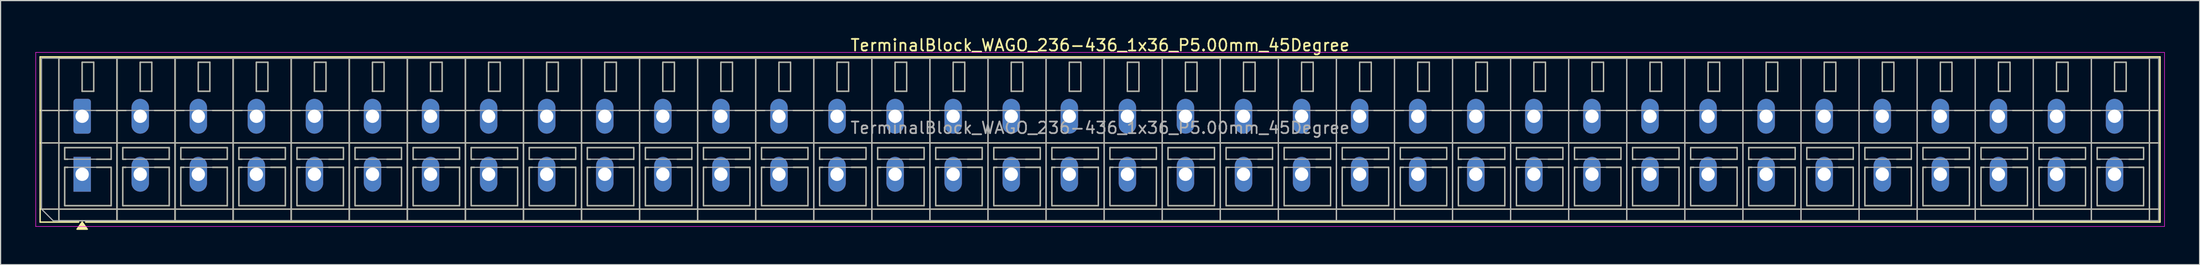
<source format=kicad_pcb>
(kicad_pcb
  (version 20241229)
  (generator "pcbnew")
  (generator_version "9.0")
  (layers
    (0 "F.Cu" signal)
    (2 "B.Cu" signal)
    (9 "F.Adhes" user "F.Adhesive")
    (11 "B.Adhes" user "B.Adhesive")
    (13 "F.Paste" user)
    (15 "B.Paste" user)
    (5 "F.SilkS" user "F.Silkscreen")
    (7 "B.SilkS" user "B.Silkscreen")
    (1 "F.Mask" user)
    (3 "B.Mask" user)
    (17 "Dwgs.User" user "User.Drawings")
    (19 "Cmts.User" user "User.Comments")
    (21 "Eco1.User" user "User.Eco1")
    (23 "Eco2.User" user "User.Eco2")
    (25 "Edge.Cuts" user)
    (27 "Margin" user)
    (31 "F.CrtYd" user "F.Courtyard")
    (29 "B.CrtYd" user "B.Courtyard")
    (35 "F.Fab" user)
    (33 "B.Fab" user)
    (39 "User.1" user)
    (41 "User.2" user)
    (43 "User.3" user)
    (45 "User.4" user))
  (footprint "TerminalBlock_WAGO_236-436_1x36_P5.00mm_45Degree"
    (layer "F.Cu")
    (at 4.025 6.968)
    (property "Reference" "TerminalBlock_WAGO_236-436_1x36_P5.00mm_45Degree" (at 87.65 -6.12 0) (layer "F.SilkS") (effects (font (size 1 1) (thickness 0.15))))
    (attr through_hole)
    (fp_line (start -3.62 -5.12) (end 178.92 -5.12) (stroke (width 0.12) (type solid)) (layer "F.SilkS"))
    (fp_line (start -3.62 -0.5) (end -1.23 -0.5) (stroke (width 0.12) (type solid)) (layer "F.SilkS"))
    (fp_line (start -3.62 2.3) (end 178.92 2.3) (stroke (width 0.12) (type solid)) (layer "F.SilkS"))
    (fp_line (start -3.62 8) (end 178.92 8) (stroke (width 0.12) (type solid)) (layer "F.SilkS"))
    (fp_line (start -3.62 9.12) (end -3.62 -5.12) (stroke (width 0.12) (type solid)) (layer "F.SilkS"))
    (fp_line (start -2 -5) (end 3 -5) (stroke (width 0.12) (type solid)) (layer "F.SilkS"))
    (fp_line (start -2 9) (end -2 -5) (stroke (width 0.12) (type solid)) (layer "F.SilkS"))
    (fp_line (start -1.5 2.7) (end 2.5 2.7) (stroke (width 0.12) (type solid)) (layer "F.SilkS"))
    (fp_line (start -1.5 3.7) (end -1.5 2.7) (stroke (width 0.12) (type solid)) (layer "F.SilkS"))
    (fp_line (start -1.5 4.4) (end -1.23 4.4) (stroke (width 0.12) (type solid)) (layer "F.SilkS"))
    (fp_line (start -1.5 7.7) (end -1.5 4.4) (stroke (width 0.12) (type solid)) (layer "F.SilkS"))
    (fp_line (start -1.23 3.7) (end -1.5 3.7) (stroke (width 0.12) (type solid)) (layer "F.SilkS"))
    (fp_line (start -0.3 9.12) (end -3.62 9.12) (stroke (width 0.12) (type solid)) (layer "F.SilkS"))
    (fp_line (start 0 -4.65) (end 1 -4.65) (stroke (width 0.12) (type solid)) (layer "F.SilkS"))
    (fp_line (start 0 -2.15) (end 0 -4.65) (stroke (width 0.12) (type solid)) (layer "F.SilkS"))
    (fp_line (start 1 -4.65) (end 1 -2.15) (stroke (width 0.12) (type solid)) (layer "F.SilkS"))
    (fp_line (start 1 -2.15) (end 0 -2.15) (stroke (width 0.12) (type solid)) (layer "F.SilkS"))
    (fp_line (start 1.23 -0.5) (end 3.77 -0.5) (stroke (width 0.12) (type solid)) (layer "F.SilkS"))
    (fp_line (start 1.23 4.4) (end 2.5 4.4) (stroke (width 0.12) (type solid)) (layer "F.SilkS"))
    (fp_line (start 2.5 2.7) (end 2.5 3.7) (stroke (width 0.12) (type solid)) (layer "F.SilkS"))
    (fp_line (start 2.5 3.7) (end 1.23 3.7) (stroke (width 0.12) (type solid)) (layer "F.SilkS"))
    (fp_line (start 2.5 4.4) (end 2.5 7.7) (stroke (width 0.12) (type solid)) (layer "F.SilkS"))
    (fp_line (start 2.5 7.7) (end -1.5 7.7) (stroke (width 0.12) (type solid)) (layer "F.SilkS"))
    (fp_line (start 3 -5) (end 3 9) (stroke (width 0.12) (type solid)) (layer "F.SilkS"))
    (fp_line (start 3 -5) (end 8 -5) (stroke (width 0.12) (type solid)) (layer "F.SilkS"))
    (fp_line (start 3 9) (end -2 9) (stroke (width 0.12) (type solid)) (layer "F.SilkS"))
    (fp_line (start 3 9) (end 3 -5) (stroke (width 0.12) (type solid)) (layer "F.SilkS"))
    (fp_line (start 3.5 2.7) (end 7.5 2.7) (stroke (width 0.12) (type solid)) (layer "F.SilkS"))
    (fp_line (start 3.5 3.7) (end 3.5 2.7) (stroke (width 0.12) (type solid)) (layer "F.SilkS"))
    (fp_line (start 3.5 4.4) (end 3.77 4.4) (stroke (width 0.12) (type solid)) (layer "F.SilkS"))
    (fp_line (start 3.5 7.7) (end 3.5 4.4) (stroke (width 0.12) (type solid)) (layer "F.SilkS"))
    (fp_line (start 3.77 3.7) (end 3.5 3.7) (stroke (width 0.12) (type solid)) (layer "F.SilkS"))
    (fp_line (start 5 -4.65) (end 6 -4.65) (stroke (width 0.12) (type solid)) (layer "F.SilkS"))
    (fp_line (start 5 -2.15) (end 5 -4.65) (stroke (width 0.12) (type solid)) (layer "F.SilkS"))
    (fp_line (start 6 -4.65) (end 6 -2.15) (stroke (width 0.12) (type solid)) (layer "F.SilkS"))
    (fp_line (start 6 -2.15) (end 5 -2.15) (stroke (width 0.12) (type solid)) (layer "F.SilkS"))
    (fp_line (start 6.23 -0.5) (end 8.77 -0.5) (stroke (width 0.12) (type solid)) (layer "F.SilkS"))
    (fp_line (start 6.23 4.4) (end 7.5 4.4) (stroke (width 0.12) (type solid)) (layer "F.SilkS"))
    (fp_line (start 7.5 2.7) (end 7.5 3.7) (stroke (width 0.12) (type solid)) (layer "F.SilkS"))
    (fp_line (start 7.5 3.7) (end 6.23 3.7) (stroke (width 0.12) (type solid)) (layer "F.SilkS"))
    (fp_line (start 7.5 4.4) (end 7.5 7.7) (stroke (width 0.12) (type solid)) (layer "F.SilkS"))
    (fp_line (start 7.5 7.7) (end 3.5 7.7) (stroke (width 0.12) (type solid)) (layer "F.SilkS"))
    (fp_line (start 8 -5) (end 8 9) (stroke (width 0.12) (type solid)) (layer "F.SilkS"))
    (fp_line (start 8 -5) (end 13 -5) (stroke (width 0.12) (type solid)) (layer "F.SilkS"))
    (fp_line (start 8 9) (end 3 9) (stroke (width 0.12) (type solid)) (layer "F.SilkS"))
    (fp_line (start 8 9) (end 8 -5) (stroke (width 0.12) (type solid)) (layer "F.SilkS"))
    (fp_line (start 8.5 2.7) (end 12.5 2.7) (stroke (width 0.12) (type solid)) (layer "F.SilkS"))
    (fp_line (start 8.5 3.7) (end 8.5 2.7) (stroke (width 0.12) (type solid)) (layer "F.SilkS"))
    (fp_line (start 8.5 4.4) (end 8.77 4.4) (stroke (width 0.12) (type solid)) (layer "F.SilkS"))
    (fp_line (start 8.5 7.7) (end 8.5 4.4) (stroke (width 0.12) (type solid)) (layer "F.SilkS"))
    (fp_line (start 8.77 3.7) (end 8.5 3.7) (stroke (width 0.12) (type solid)) (layer "F.SilkS"))
    (fp_line (start 10 -4.65) (end 11 -4.65) (stroke (width 0.12) (type solid)) (layer "F.SilkS"))
    (fp_line (start 10 -2.15) (end 10 -4.65) (stroke (width 0.12) (type solid)) (layer "F.SilkS"))
    (fp_line (start 11 -4.65) (end 11 -2.15) (stroke (width 0.12) (type solid)) (layer "F.SilkS"))
    (fp_line (start 11 -2.15) (end 10 -2.15) (stroke (width 0.12) (type solid)) (layer "F.SilkS"))
    (fp_line (start 11.23 -0.5) (end 13.77 -0.5) (stroke (width 0.12) (type solid)) (layer "F.SilkS"))
    (fp_line (start 11.23 4.4) (end 12.5 4.4) (stroke (width 0.12) (type solid)) (layer "F.SilkS"))
    (fp_line (start 12.5 2.7) (end 12.5 3.7) (stroke (width 0.12) (type solid)) (layer "F.SilkS"))
    (fp_line (start 12.5 3.7) (end 11.23 3.7) (stroke (width 0.12) (type solid)) (layer "F.SilkS"))
    (fp_line (start 12.5 4.4) (end 12.5 7.7) (stroke (width 0.12) (type solid)) (layer "F.SilkS"))
    (fp_line (start 12.5 7.7) (end 8.5 7.7) (stroke (width 0.12) (type solid)) (layer "F.SilkS"))
    (fp_line (start 13 -5) (end 13 9) (stroke (width 0.12) (type solid)) (layer "F.SilkS"))
    (fp_line (start 13 -5) (end 18 -5) (stroke (width 0.12) (type solid)) (layer "F.SilkS"))
    (fp_line (start 13 9) (end 8 9) (stroke (width 0.12) (type solid)) (layer "F.SilkS"))
    (fp_line (start 13 9) (end 13 -5) (stroke (width 0.12) (type solid)) (layer "F.SilkS"))
    (fp_line (start 13.5 2.7) (end 17.5 2.7) (stroke (width 0.12) (type solid)) (layer "F.SilkS"))
    (fp_line (start 13.5 3.7) (end 13.5 2.7) (stroke (width 0.12) (type solid)) (layer "F.SilkS"))
    (fp_line (start 13.5 4.4) (end 13.77 4.4) (stroke (width 0.12) (type solid)) (layer "F.SilkS"))
    (fp_line (start 13.5 7.7) (end 13.5 4.4) (stroke (width 0.12) (type solid)) (layer "F.SilkS"))
    (fp_line (start 13.77 3.7) (end 13.5 3.7) (stroke (width 0.12) (type solid)) (layer "F.SilkS"))
    (fp_line (start 15 -4.65) (end 16 -4.65) (stroke (width 0.12) (type solid)) (layer "F.SilkS"))
    (fp_line (start 15 -2.15) (end 15 -4.65) (stroke (width 0.12) (type solid)) (layer "F.SilkS"))
    (fp_line (start 16 -4.65) (end 16 -2.15) (stroke (width 0.12) (type solid)) (layer "F.SilkS"))
    (fp_line (start 16 -2.15) (end 15 -2.15) (stroke (width 0.12) (type solid)) (layer "F.SilkS"))
    (fp_line (start 16.23 -0.5) (end 18.77 -0.5) (stroke (width 0.12) (type solid)) (layer "F.SilkS"))
    (fp_line (start 16.23 4.4) (end 17.5 4.4) (stroke (width 0.12) (type solid)) (layer "F.SilkS"))
    (fp_line (start 17.5 2.7) (end 17.5 3.7) (stroke (width 0.12) (type solid)) (layer "F.SilkS"))
    (fp_line (start 17.5 3.7) (end 16.23 3.7) (stroke (width 0.12) (type solid)) (layer "F.SilkS"))
    (fp_line (start 17.5 4.4) (end 17.5 7.7) (stroke (width 0.12) (type solid)) (layer "F.SilkS"))
    (fp_line (start 17.5 7.7) (end 13.5 7.7) (stroke (width 0.12) (type solid)) (layer "F.SilkS"))
    (fp_line (start 18 -5) (end 18 9) (stroke (width 0.12) (type solid)) (layer "F.SilkS"))
    (fp_line (start 18 -5) (end 23 -5) (stroke (width 0.12) (type solid)) (layer "F.SilkS"))
    (fp_line (start 18 9) (end 13 9) (stroke (width 0.12) (type solid)) (layer "F.SilkS"))
    (fp_line (start 18 9) (end 18 -5) (stroke (width 0.12) (type solid)) (layer "F.SilkS"))
    (fp_line (start 18.5 2.7) (end 22.5 2.7) (stroke (width 0.12) (type solid)) (layer "F.SilkS"))
    (fp_line (start 18.5 3.7) (end 18.5 2.7) (stroke (width 0.12) (type solid)) (layer "F.SilkS"))
    (fp_line (start 18.5 4.4) (end 18.77 4.4) (stroke (width 0.12) (type solid)) (layer "F.SilkS"))
    (fp_line (start 18.5 7.7) (end 18.5 4.4) (stroke (width 0.12) (type solid)) (layer "F.SilkS"))
    (fp_line (start 18.77 3.7) (end 18.5 3.7) (stroke (width 0.12) (type solid)) (layer "F.SilkS"))
    (fp_line (start 20 -4.65) (end 21 -4.65) (stroke (width 0.12) (type solid)) (layer "F.SilkS"))
    (fp_line (start 20 -2.15) (end 20 -4.65) (stroke (width 0.12) (type solid)) (layer "F.SilkS"))
    (fp_line (start 21 -4.65) (end 21 -2.15) (stroke (width 0.12) (type solid)) (layer "F.SilkS"))
    (fp_line (start 21 -2.15) (end 20 -2.15) (stroke (width 0.12) (type solid)) (layer "F.SilkS"))
    (fp_line (start 21.23 -0.5) (end 23.77 -0.5) (stroke (width 0.12) (type solid)) (layer "F.SilkS"))
    (fp_line (start 21.23 4.4) (end 22.5 4.4) (stroke (width 0.12) (type solid)) (layer "F.SilkS"))
    (fp_line (start 22.5 2.7) (end 22.5 3.7) (stroke (width 0.12) (type solid)) (layer "F.SilkS"))
    (fp_line (start 22.5 3.7) (end 21.23 3.7) (stroke (width 0.12) (type solid)) (layer "F.SilkS"))
    (fp_line (start 22.5 4.4) (end 22.5 7.7) (stroke (width 0.12) (type solid)) (layer "F.SilkS"))
    (fp_line (start 22.5 7.7) (end 18.5 7.7) (stroke (width 0.12) (type solid)) (layer "F.SilkS"))
    (fp_line (start 23 -5) (end 23 9) (stroke (width 0.12) (type solid)) (layer "F.SilkS"))
    (fp_line (start 23 -5) (end 28 -5) (stroke (width 0.12) (type solid)) (layer "F.SilkS"))
    (fp_line (start 23 9) (end 18 9) (stroke (width 0.12) (type solid)) (layer "F.SilkS"))
    (fp_line (start 23 9) (end 23 -5) (stroke (width 0.12) (type solid)) (layer "F.SilkS"))
    (fp_line (start 23.5 2.7) (end 27.5 2.7) (stroke (width 0.12) (type solid)) (layer "F.SilkS"))
    (fp_line (start 23.5 3.7) (end 23.5 2.7) (stroke (width 0.12) (type solid)) (layer "F.SilkS"))
    (fp_line (start 23.5 4.4) (end 23.77 4.4) (stroke (width 0.12) (type solid)) (layer "F.SilkS"))
    (fp_line (start 23.5 7.7) (end 23.5 4.4) (stroke (width 0.12) (type solid)) (layer "F.SilkS"))
    (fp_line (start 23.77 3.7) (end 23.5 3.7) (stroke (width 0.12) (type solid)) (layer "F.SilkS"))
    (fp_line (start 25 -4.65) (end 26 -4.65) (stroke (width 0.12) (type solid)) (layer "F.SilkS"))
    (fp_line (start 25 -2.15) (end 25 -4.65) (stroke (width 0.12) (type solid)) (layer "F.SilkS"))
    (fp_line (start 26 -4.65) (end 26 -2.15) (stroke (width 0.12) (type solid)) (layer "F.SilkS"))
    (fp_line (start 26 -2.15) (end 25 -2.15) (stroke (width 0.12) (type solid)) (layer "F.SilkS"))
    (fp_line (start 26.23 -0.5) (end 28.77 -0.5) (stroke (width 0.12) (type solid)) (layer "F.SilkS"))
    (fp_line (start 26.23 4.4) (end 27.5 4.4) (stroke (width 0.12) (type solid)) (layer "F.SilkS"))
    (fp_line (start 27.5 2.7) (end 27.5 3.7) (stroke (width 0.12) (type solid)) (layer "F.SilkS"))
    (fp_line (start 27.5 3.7) (end 26.23 3.7) (stroke (width 0.12) (type solid)) (layer "F.SilkS"))
    (fp_line (start 27.5 4.4) (end 27.5 7.7) (stroke (width 0.12) (type solid)) (layer "F.SilkS"))
    (fp_line (start 27.5 7.7) (end 23.5 7.7) (stroke (width 0.12) (type solid)) (layer "F.SilkS"))
    (fp_line (start 28 -5) (end 28 9) (stroke (width 0.12) (type solid)) (layer "F.SilkS"))
    (fp_line (start 28 -5) (end 33 -5) (stroke (width 0.12) (type solid)) (layer "F.SilkS"))
    (fp_line (start 28 9) (end 23 9) (stroke (width 0.12) (type solid)) (layer "F.SilkS"))
    (fp_line (start 28 9) (end 28 -5) (stroke (width 0.12) (type solid)) (layer "F.SilkS"))
    (fp_line (start 28.5 2.7) (end 32.5 2.7) (stroke (width 0.12) (type solid)) (layer "F.SilkS"))
    (fp_line (start 28.5 3.7) (end 28.5 2.7) (stroke (width 0.12) (type solid)) (layer "F.SilkS"))
    (fp_line (start 28.5 4.4) (end 28.77 4.4) (stroke (width 0.12) (type solid)) (layer "F.SilkS"))
    (fp_line (start 28.5 7.7) (end 28.5 4.4) (stroke (width 0.12) (type solid)) (layer "F.SilkS"))
    (fp_line (start 28.77 3.7) (end 28.5 3.7) (stroke (width 0.12) (type solid)) (layer "F.SilkS"))
    (fp_line (start 30 -4.65) (end 31 -4.65) (stroke (width 0.12) (type solid)) (layer "F.SilkS"))
    (fp_line (start 30 -2.15) (end 30 -4.65) (stroke (width 0.12) (type solid)) (layer "F.SilkS"))
    (fp_line (start 31 -4.65) (end 31 -2.15) (stroke (width 0.12) (type solid)) (layer "F.SilkS"))
    (fp_line (start 31 -2.15) (end 30 -2.15) (stroke (width 0.12) (type solid)) (layer "F.SilkS"))
    (fp_line (start 31.23 -0.5) (end 33.77 -0.5) (stroke (width 0.12) (type solid)) (layer "F.SilkS"))
    (fp_line (start 31.23 4.4) (end 32.5 4.4) (stroke (width 0.12) (type solid)) (layer "F.SilkS"))
    (fp_line (start 32.5 2.7) (end 32.5 3.7) (stroke (width 0.12) (type solid)) (layer "F.SilkS"))
    (fp_line (start 32.5 3.7) (end 31.23 3.7) (stroke (width 0.12) (type solid)) (layer "F.SilkS"))
    (fp_line (start 32.5 4.4) (end 32.5 7.7) (stroke (width 0.12) (type solid)) (layer "F.SilkS"))
    (fp_line (start 32.5 7.7) (end 28.5 7.7) (stroke (width 0.12) (type solid)) (layer "F.SilkS"))
    (fp_line (start 33 -5) (end 33 9) (stroke (width 0.12) (type solid)) (layer "F.SilkS"))
    (fp_line (start 33 -5) (end 38 -5) (stroke (width 0.12) (type solid)) (layer "F.SilkS"))
    (fp_line (start 33 9) (end 28 9) (stroke (width 0.12) (type solid)) (layer "F.SilkS"))
    (fp_line (start 33 9) (end 33 -5) (stroke (width 0.12) (type solid)) (layer "F.SilkS"))
    (fp_line (start 33.5 2.7) (end 37.5 2.7) (stroke (width 0.12) (type solid)) (layer "F.SilkS"))
    (fp_line (start 33.5 3.7) (end 33.5 2.7) (stroke (width 0.12) (type solid)) (layer "F.SilkS"))
    (fp_line (start 33.5 4.4) (end 33.77 4.4) (stroke (width 0.12) (type solid)) (layer "F.SilkS"))
    (fp_line (start 33.5 7.7) (end 33.5 4.4) (stroke (width 0.12) (type solid)) (layer "F.SilkS"))
    (fp_line (start 33.77 3.7) (end 33.5 3.7) (stroke (width 0.12) (type solid)) (layer "F.SilkS"))
    (fp_line (start 35 -4.65) (end 36 -4.65) (stroke (width 0.12) (type solid)) (layer "F.SilkS"))
    (fp_line (start 35 -2.15) (end 35 -4.65) (stroke (width 0.12) (type solid)) (layer "F.SilkS"))
    (fp_line (start 36 -4.65) (end 36 -2.15) (stroke (width 0.12) (type solid)) (layer "F.SilkS"))
    (fp_line (start 36 -2.15) (end 35 -2.15) (stroke (width 0.12) (type solid)) (layer "F.SilkS"))
    (fp_line (start 36.23 -0.5) (end 38.77 -0.5) (stroke (width 0.12) (type solid)) (layer "F.SilkS"))
    (fp_line (start 36.23 4.4) (end 37.5 4.4) (stroke (width 0.12) (type solid)) (layer "F.SilkS"))
    (fp_line (start 37.5 2.7) (end 37.5 3.7) (stroke (width 0.12) (type solid)) (layer "F.SilkS"))
    (fp_line (start 37.5 3.7) (end 36.23 3.7) (stroke (width 0.12) (type solid)) (layer "F.SilkS"))
    (fp_line (start 37.5 4.4) (end 37.5 7.7) (stroke (width 0.12) (type solid)) (layer "F.SilkS"))
    (fp_line (start 37.5 7.7) (end 33.5 7.7) (stroke (width 0.12) (type solid)) (layer "F.SilkS"))
    (fp_line (start 38 -5) (end 38 9) (stroke (width 0.12) (type solid)) (layer "F.SilkS"))
    (fp_line (start 38 -5) (end 43 -5) (stroke (width 0.12) (type solid)) (layer "F.SilkS"))
    (fp_line (start 38 9) (end 33 9) (stroke (width 0.12) (type solid)) (layer "F.SilkS"))
    (fp_line (start 38 9) (end 38 -5) (stroke (width 0.12) (type solid)) (layer "F.SilkS"))
    (fp_line (start 38.5 2.7) (end 42.5 2.7) (stroke (width 0.12) (type solid)) (layer "F.SilkS"))
    (fp_line (start 38.5 3.7) (end 38.5 2.7) (stroke (width 0.12) (type solid)) (layer "F.SilkS"))
    (fp_line (start 38.5 4.4) (end 38.77 4.4) (stroke (width 0.12) (type solid)) (layer "F.SilkS"))
    (fp_line (start 38.5 7.7) (end 38.5 4.4) (stroke (width 0.12) (type solid)) (layer "F.SilkS"))
    (fp_line (start 38.77 3.7) (end 38.5 3.7) (stroke (width 0.12) (type solid)) (layer "F.SilkS"))
    (fp_line (start 40 -4.65) (end 41 -4.65) (stroke (width 0.12) (type solid)) (layer "F.SilkS"))
    (fp_line (start 40 -2.15) (end 40 -4.65) (stroke (width 0.12) (type solid)) (layer "F.SilkS"))
    (fp_line (start 41 -4.65) (end 41 -2.15) (stroke (width 0.12) (type solid)) (layer "F.SilkS"))
    (fp_line (start 41 -2.15) (end 40 -2.15) (stroke (width 0.12) (type solid)) (layer "F.SilkS"))
    (fp_line (start 41.23 -0.5) (end 43.77 -0.5) (stroke (width 0.12) (type solid)) (layer "F.SilkS"))
    (fp_line (start 41.23 4.4) (end 42.5 4.4) (stroke (width 0.12) (type solid)) (layer "F.SilkS"))
    (fp_line (start 42.5 2.7) (end 42.5 3.7) (stroke (width 0.12) (type solid)) (layer "F.SilkS"))
    (fp_line (start 42.5 3.7) (end 41.23 3.7) (stroke (width 0.12) (type solid)) (layer "F.SilkS"))
    (fp_line (start 42.5 4.4) (end 42.5 7.7) (stroke (width 0.12) (type solid)) (layer "F.SilkS"))
    (fp_line (start 42.5 7.7) (end 38.5 7.7) (stroke (width 0.12) (type solid)) (layer "F.SilkS"))
    (fp_line (start 43 -5) (end 43 9) (stroke (width 0.12) (type solid)) (layer "F.SilkS"))
    (fp_line (start 43 -5) (end 48 -5) (stroke (width 0.12) (type solid)) (layer "F.SilkS"))
    (fp_line (start 43 9) (end 38 9) (stroke (width 0.12) (type solid)) (layer "F.SilkS"))
    (fp_line (start 43 9) (end 43 -5) (stroke (width 0.12) (type solid)) (layer "F.SilkS"))
    (fp_line (start 43.5 2.7) (end 47.5 2.7) (stroke (width 0.12) (type solid)) (layer "F.SilkS"))
    (fp_line (start 43.5 3.7) (end 43.5 2.7) (stroke (width 0.12) (type solid)) (layer "F.SilkS"))
    (fp_line (start 43.5 4.4) (end 43.77 4.4) (stroke (width 0.12) (type solid)) (layer "F.SilkS"))
    (fp_line (start 43.5 7.7) (end 43.5 4.4) (stroke (width 0.12) (type solid)) (layer "F.SilkS"))
    (fp_line (start 43.77 3.7) (end 43.5 3.7) (stroke (width 0.12) (type solid)) (layer "F.SilkS"))
    (fp_line (start 45 -4.65) (end 46 -4.65) (stroke (width 0.12) (type solid)) (layer "F.SilkS"))
    (fp_line (start 45 -2.15) (end 45 -4.65) (stroke (width 0.12) (type solid)) (layer "F.SilkS"))
    (fp_line (start 46 -4.65) (end 46 -2.15) (stroke (width 0.12) (type solid)) (layer "F.SilkS"))
    (fp_line (start 46 -2.15) (end 45 -2.15) (stroke (width 0.12) (type solid)) (layer "F.SilkS"))
    (fp_line (start 46.23 -0.5) (end 48.77 -0.5) (stroke (width 0.12) (type solid)) (layer "F.SilkS"))
    (fp_line (start 46.23 4.4) (end 47.5 4.4) (stroke (width 0.12) (type solid)) (layer "F.SilkS"))
    (fp_line (start 47.5 2.7) (end 47.5 3.7) (stroke (width 0.12) (type solid)) (layer "F.SilkS"))
    (fp_line (start 47.5 3.7) (end 46.23 3.7) (stroke (width 0.12) (type solid)) (layer "F.SilkS"))
    (fp_line (start 47.5 4.4) (end 47.5 7.7) (stroke (width 0.12) (type solid)) (layer "F.SilkS"))
    (fp_line (start 47.5 7.7) (end 43.5 7.7) (stroke (width 0.12) (type solid)) (layer "F.SilkS"))
    (fp_line (start 48 -5) (end 48 9) (stroke (width 0.12) (type solid)) (layer "F.SilkS"))
    (fp_line (start 48 -5) (end 53 -5) (stroke (width 0.12) (type solid)) (layer "F.SilkS"))
    (fp_line (start 48 9) (end 43 9) (stroke (width 0.12) (type solid)) (layer "F.SilkS"))
    (fp_line (start 48 9) (end 48 -5) (stroke (width 0.12) (type solid)) (layer "F.SilkS"))
    (fp_line (start 48.5 2.7) (end 52.5 2.7) (stroke (width 0.12) (type solid)) (layer "F.SilkS"))
    (fp_line (start 48.5 3.7) (end 48.5 2.7) (stroke (width 0.12) (type solid)) (layer "F.SilkS"))
    (fp_line (start 48.5 4.4) (end 48.77 4.4) (stroke (width 0.12) (type solid)) (layer "F.SilkS"))
    (fp_line (start 48.5 7.7) (end 48.5 4.4) (stroke (width 0.12) (type solid)) (layer "F.SilkS"))
    (fp_line (start 48.77 3.7) (end 48.5 3.7) (stroke (width 0.12) (type solid)) (layer "F.SilkS"))
    (fp_line (start 50 -4.65) (end 51 -4.65) (stroke (width 0.12) (type solid)) (layer "F.SilkS"))
    (fp_line (start 50 -2.15) (end 50 -4.65) (stroke (width 0.12) (type solid)) (layer "F.SilkS"))
    (fp_line (start 51 -4.65) (end 51 -2.15) (stroke (width 0.12) (type solid)) (layer "F.SilkS"))
    (fp_line (start 51 -2.15) (end 50 -2.15) (stroke (width 0.12) (type solid)) (layer "F.SilkS"))
    (fp_line (start 51.23 -0.5) (end 53.77 -0.5) (stroke (width 0.12) (type solid)) (layer "F.SilkS"))
    (fp_line (start 51.23 4.4) (end 52.5 4.4) (stroke (width 0.12) (type solid)) (layer "F.SilkS"))
    (fp_line (start 52.5 2.7) (end 52.5 3.7) (stroke (width 0.12) (type solid)) (layer "F.SilkS"))
    (fp_line (start 52.5 3.7) (end 51.23 3.7) (stroke (width 0.12) (type solid)) (layer "F.SilkS"))
    (fp_line (start 52.5 4.4) (end 52.5 7.7) (stroke (width 0.12) (type solid)) (layer "F.SilkS"))
    (fp_line (start 52.5 7.7) (end 48.5 7.7) (stroke (width 0.12) (type solid)) (layer "F.SilkS"))
    (fp_line (start 53 -5) (end 53 9) (stroke (width 0.12) (type solid)) (layer "F.SilkS"))
    (fp_line (start 53 -5) (end 58 -5) (stroke (width 0.12) (type solid)) (layer "F.SilkS"))
    (fp_line (start 53 9) (end 48 9) (stroke (width 0.12) (type solid)) (layer "F.SilkS"))
    (fp_line (start 53 9) (end 53 -5) (stroke (width 0.12) (type solid)) (layer "F.SilkS"))
    (fp_line (start 53.5 2.7) (end 57.5 2.7) (stroke (width 0.12) (type solid)) (layer "F.SilkS"))
    (fp_line (start 53.5 3.7) (end 53.5 2.7) (stroke (width 0.12) (type solid)) (layer "F.SilkS"))
    (fp_line (start 53.5 4.4) (end 53.77 4.4) (stroke (width 0.12) (type solid)) (layer "F.SilkS"))
    (fp_line (start 53.5 7.7) (end 53.5 4.4) (stroke (width 0.12) (type solid)) (layer "F.SilkS"))
    (fp_line (start 53.77 3.7) (end 53.5 3.7) (stroke (width 0.12) (type solid)) (layer "F.SilkS"))
    (fp_line (start 55 -4.65) (end 56 -4.65) (stroke (width 0.12) (type solid)) (layer "F.SilkS"))
    (fp_line (start 55 -2.15) (end 55 -4.65) (stroke (width 0.12) (type solid)) (layer "F.SilkS"))
    (fp_line (start 56 -4.65) (end 56 -2.15) (stroke (width 0.12) (type solid)) (layer "F.SilkS"))
    (fp_line (start 56 -2.15) (end 55 -2.15) (stroke (width 0.12) (type solid)) (layer "F.SilkS"))
    (fp_line (start 56.23 -0.5) (end 58.77 -0.5) (stroke (width 0.12) (type solid)) (layer "F.SilkS"))
    (fp_line (start 56.23 4.4) (end 57.5 4.4) (stroke (width 0.12) (type solid)) (layer "F.SilkS"))
    (fp_line (start 57.5 2.7) (end 57.5 3.7) (stroke (width 0.12) (type solid)) (layer "F.SilkS"))
    (fp_line (start 57.5 3.7) (end 56.23 3.7) (stroke (width 0.12) (type solid)) (layer "F.SilkS"))
    (fp_line (start 57.5 4.4) (end 57.5 7.7) (stroke (width 0.12) (type solid)) (layer "F.SilkS"))
    (fp_line (start 57.5 7.7) (end 53.5 7.7) (stroke (width 0.12) (type solid)) (layer "F.SilkS"))
    (fp_line (start 58 -5) (end 58 9) (stroke (width 0.12) (type solid)) (layer "F.SilkS"))
    (fp_line (start 58 -5) (end 63 -5) (stroke (width 0.12) (type solid)) (layer "F.SilkS"))
    (fp_line (start 58 9) (end 53 9) (stroke (width 0.12) (type solid)) (layer "F.SilkS"))
    (fp_line (start 58 9) (end 58 -5) (stroke (width 0.12) (type solid)) (layer "F.SilkS"))
    (fp_line (start 58.5 2.7) (end 62.5 2.7) (stroke (width 0.12) (type solid)) (layer "F.SilkS"))
    (fp_line (start 58.5 3.7) (end 58.5 2.7) (stroke (width 0.12) (type solid)) (layer "F.SilkS"))
    (fp_line (start 58.5 4.4) (end 58.77 4.4) (stroke (width 0.12) (type solid)) (layer "F.SilkS"))
    (fp_line (start 58.5 7.7) (end 58.5 4.4) (stroke (width 0.12) (type solid)) (layer "F.SilkS"))
    (fp_line (start 58.77 3.7) (end 58.5 3.7) (stroke (width 0.12) (type solid)) (layer "F.SilkS"))
    (fp_line (start 60 -4.65) (end 61 -4.65) (stroke (width 0.12) (type solid)) (layer "F.SilkS"))
    (fp_line (start 60 -2.15) (end 60 -4.65) (stroke (width 0.12) (type solid)) (layer "F.SilkS"))
    (fp_line (start 61 -4.65) (end 61 -2.15) (stroke (width 0.12) (type solid)) (layer "F.SilkS"))
    (fp_line (start 61 -2.15) (end 60 -2.15) (stroke (width 0.12) (type solid)) (layer "F.SilkS"))
    (fp_line (start 61.23 -0.5) (end 63.77 -0.5) (stroke (width 0.12) (type solid)) (layer "F.SilkS"))
    (fp_line (start 61.23 4.4) (end 62.5 4.4) (stroke (width 0.12) (type solid)) (layer "F.SilkS"))
    (fp_line (start 62.5 2.7) (end 62.5 3.7) (stroke (width 0.12) (type solid)) (layer "F.SilkS"))
    (fp_line (start 62.5 3.7) (end 61.23 3.7) (stroke (width 0.12) (type solid)) (layer "F.SilkS"))
    (fp_line (start 62.5 4.4) (end 62.5 7.7) (stroke (width 0.12) (type solid)) (layer "F.SilkS"))
    (fp_line (start 62.5 7.7) (end 58.5 7.7) (stroke (width 0.12) (type solid)) (layer "F.SilkS"))
    (fp_line (start 63 -5) (end 63 9) (stroke (width 0.12) (type solid)) (layer "F.SilkS"))
    (fp_line (start 63 -5) (end 68 -5) (stroke (width 0.12) (type solid)) (layer "F.SilkS"))
    (fp_line (start 63 9) (end 58 9) (stroke (width 0.12) (type solid)) (layer "F.SilkS"))
    (fp_line (start 63 9) (end 63 -5) (stroke (width 0.12) (type solid)) (layer "F.SilkS"))
    (fp_line (start 63.5 2.7) (end 67.5 2.7) (stroke (width 0.12) (type solid)) (layer "F.SilkS"))
    (fp_line (start 63.5 3.7) (end 63.5 2.7) (stroke (width 0.12) (type solid)) (layer "F.SilkS"))
    (fp_line (start 63.5 4.4) (end 63.77 4.4) (stroke (width 0.12) (type solid)) (layer "F.SilkS"))
    (fp_line (start 63.5 7.7) (end 63.5 4.4) (stroke (width 0.12) (type solid)) (layer "F.SilkS"))
    (fp_line (start 63.77 3.7) (end 63.5 3.7) (stroke (width 0.12) (type solid)) (layer "F.SilkS"))
    (fp_line (start 65 -4.65) (end 66 -4.65) (stroke (width 0.12) (type solid)) (layer "F.SilkS"))
    (fp_line (start 65 -2.15) (end 65 -4.65) (stroke (width 0.12) (type solid)) (layer "F.SilkS"))
    (fp_line (start 66 -4.65) (end 66 -2.15) (stroke (width 0.12) (type solid)) (layer "F.SilkS"))
    (fp_line (start 66 -2.15) (end 65 -2.15) (stroke (width 0.12) (type solid)) (layer "F.SilkS"))
    (fp_line (start 66.23 -0.5) (end 68.77 -0.5) (stroke (width 0.12) (type solid)) (layer "F.SilkS"))
    (fp_line (start 66.23 4.4) (end 67.5 4.4) (stroke (width 0.12) (type solid)) (layer "F.SilkS"))
    (fp_line (start 67.5 2.7) (end 67.5 3.7) (stroke (width 0.12) (type solid)) (layer "F.SilkS"))
    (fp_line (start 67.5 3.7) (end 66.23 3.7) (stroke (width 0.12) (type solid)) (layer "F.SilkS"))
    (fp_line (start 67.5 4.4) (end 67.5 7.7) (stroke (width 0.12) (type solid)) (layer "F.SilkS"))
    (fp_line (start 67.5 7.7) (end 63.5 7.7) (stroke (width 0.12) (type solid)) (layer "F.SilkS"))
    (fp_line (start 68 -5) (end 68 9) (stroke (width 0.12) (type solid)) (layer "F.SilkS"))
    (fp_line (start 68 -5) (end 73 -5) (stroke (width 0.12) (type solid)) (layer "F.SilkS"))
    (fp_line (start 68 9) (end 63 9) (stroke (width 0.12) (type solid)) (layer "F.SilkS"))
    (fp_line (start 68 9) (end 68 -5) (stroke (width 0.12) (type solid)) (layer "F.SilkS"))
    (fp_line (start 68.5 2.7) (end 72.5 2.7) (stroke (width 0.12) (type solid)) (layer "F.SilkS"))
    (fp_line (start 68.5 3.7) (end 68.5 2.7) (stroke (width 0.12) (type solid)) (layer "F.SilkS"))
    (fp_line (start 68.5 4.4) (end 68.77 4.4) (stroke (width 0.12) (type solid)) (layer "F.SilkS"))
    (fp_line (start 68.5 7.7) (end 68.5 4.4) (stroke (width 0.12) (type solid)) (layer "F.SilkS"))
    (fp_line (start 68.77 3.7) (end 68.5 3.7) (stroke (width 0.12) (type solid)) (layer "F.SilkS"))
    (fp_line (start 70 -4.65) (end 71 -4.65) (stroke (width 0.12) (type solid)) (layer "F.SilkS"))
    (fp_line (start 70 -2.15) (end 70 -4.65) (stroke (width 0.12) (type solid)) (layer "F.SilkS"))
    (fp_line (start 71 -4.65) (end 71 -2.15) (stroke (width 0.12) (type solid)) (layer "F.SilkS"))
    (fp_line (start 71 -2.15) (end 70 -2.15) (stroke (width 0.12) (type solid)) (layer "F.SilkS"))
    (fp_line (start 71.23 -0.5) (end 73.77 -0.5) (stroke (width 0.12) (type solid)) (layer "F.SilkS"))
    (fp_line (start 71.23 4.4) (end 72.5 4.4) (stroke (width 0.12) (type solid)) (layer "F.SilkS"))
    (fp_line (start 72.5 2.7) (end 72.5 3.7) (stroke (width 0.12) (type solid)) (layer "F.SilkS"))
    (fp_line (start 72.5 3.7) (end 71.23 3.7) (stroke (width 0.12) (type solid)) (layer "F.SilkS"))
    (fp_line (start 72.5 4.4) (end 72.5 7.7) (stroke (width 0.12) (type solid)) (layer "F.SilkS"))
    (fp_line (start 72.5 7.7) (end 68.5 7.7) (stroke (width 0.12) (type solid)) (layer "F.SilkS"))
    (fp_line (start 73 -5) (end 73 9) (stroke (width 0.12) (type solid)) (layer "F.SilkS"))
    (fp_line (start 73 -5) (end 78 -5) (stroke (width 0.12) (type solid)) (layer "F.SilkS"))
    (fp_line (start 73 9) (end 68 9) (stroke (width 0.12) (type solid)) (layer "F.SilkS"))
    (fp_line (start 73 9) (end 73 -5) (stroke (width 0.12) (type solid)) (layer "F.SilkS"))
    (fp_line (start 73.5 2.7) (end 77.5 2.7) (stroke (width 0.12) (type solid)) (layer "F.SilkS"))
    (fp_line (start 73.5 3.7) (end 73.5 2.7) (stroke (width 0.12) (type solid)) (layer "F.SilkS"))
    (fp_line (start 73.5 4.4) (end 73.77 4.4) (stroke (width 0.12) (type solid)) (layer "F.SilkS"))
    (fp_line (start 73.5 7.7) (end 73.5 4.4) (stroke (width 0.12) (type solid)) (layer "F.SilkS"))
    (fp_line (start 73.77 3.7) (end 73.5 3.7) (stroke (width 0.12) (type solid)) (layer "F.SilkS"))
    (fp_line (start 75 -4.65) (end 76 -4.65) (stroke (width 0.12) (type solid)) (layer "F.SilkS"))
    (fp_line (start 75 -2.15) (end 75 -4.65) (stroke (width 0.12) (type solid)) (layer "F.SilkS"))
    (fp_line (start 76 -4.65) (end 76 -2.15) (stroke (width 0.12) (type solid)) (layer "F.SilkS"))
    (fp_line (start 76 -2.15) (end 75 -2.15) (stroke (width 0.12) (type solid)) (layer "F.SilkS"))
    (fp_line (start 76.23 -0.5) (end 78.77 -0.5) (stroke (width 0.12) (type solid)) (layer "F.SilkS"))
    (fp_line (start 76.23 4.4) (end 77.5 4.4) (stroke (width 0.12) (type solid)) (layer "F.SilkS"))
    (fp_line (start 77.5 2.7) (end 77.5 3.7) (stroke (width 0.12) (type solid)) (layer "F.SilkS"))
    (fp_line (start 77.5 3.7) (end 76.23 3.7) (stroke (width 0.12) (type solid)) (layer "F.SilkS"))
    (fp_line (start 77.5 4.4) (end 77.5 7.7) (stroke (width 0.12) (type solid)) (layer "F.SilkS"))
    (fp_line (start 77.5 7.7) (end 73.5 7.7) (stroke (width 0.12) (type solid)) (layer "F.SilkS"))
    (fp_line (start 78 -5) (end 78 9) (stroke (width 0.12) (type solid)) (layer "F.SilkS"))
    (fp_line (start 78 -5) (end 83 -5) (stroke (width 0.12) (type solid)) (layer "F.SilkS"))
    (fp_line (start 78 9) (end 73 9) (stroke (width 0.12) (type solid)) (layer "F.SilkS"))
    (fp_line (start 78 9) (end 78 -5) (stroke (width 0.12) (type solid)) (layer "F.SilkS"))
    (fp_line (start 78.5 2.7) (end 82.5 2.7) (stroke (width 0.12) (type solid)) (layer "F.SilkS"))
    (fp_line (start 78.5 3.7) (end 78.5 2.7) (stroke (width 0.12) (type solid)) (layer "F.SilkS"))
    (fp_line (start 78.5 4.4) (end 78.77 4.4) (stroke (width 0.12) (type solid)) (layer "F.SilkS"))
    (fp_line (start 78.5 7.7) (end 78.5 4.4) (stroke (width 0.12) (type solid)) (layer "F.SilkS"))
    (fp_line (start 78.77 3.7) (end 78.5 3.7) (stroke (width 0.12) (type solid)) (layer "F.SilkS"))
    (fp_line (start 80 -4.65) (end 81 -4.65) (stroke (width 0.12) (type solid)) (layer "F.SilkS"))
    (fp_line (start 80 -2.15) (end 80 -4.65) (stroke (width 0.12) (type solid)) (layer "F.SilkS"))
    (fp_line (start 81 -4.65) (end 81 -2.15) (stroke (width 0.12) (type solid)) (layer "F.SilkS"))
    (fp_line (start 81 -2.15) (end 80 -2.15) (stroke (width 0.12) (type solid)) (layer "F.SilkS"))
    (fp_line (start 81.23 -0.5) (end 83.77 -0.5) (stroke (width 0.12) (type solid)) (layer "F.SilkS"))
    (fp_line (start 81.23 4.4) (end 82.5 4.4) (stroke (width 0.12) (type solid)) (layer "F.SilkS"))
    (fp_line (start 82.5 2.7) (end 82.5 3.7) (stroke (width 0.12) (type solid)) (layer "F.SilkS"))
    (fp_line (start 82.5 3.7) (end 81.23 3.7) (stroke (width 0.12) (type solid)) (layer "F.SilkS"))
    (fp_line (start 82.5 4.4) (end 82.5 7.7) (stroke (width 0.12) (type solid)) (layer "F.SilkS"))
    (fp_line (start 82.5 7.7) (end 78.5 7.7) (stroke (width 0.12) (type solid)) (layer "F.SilkS"))
    (fp_line (start 83 -5) (end 83 9) (stroke (width 0.12) (type solid)) (layer "F.SilkS"))
    (fp_line (start 83 -5) (end 88 -5) (stroke (width 0.12) (type solid)) (layer "F.SilkS"))
    (fp_line (start 83 9) (end 78 9) (stroke (width 0.12) (type solid)) (layer "F.SilkS"))
    (fp_line (start 83 9) (end 83 -5) (stroke (width 0.12) (type solid)) (layer "F.SilkS"))
    (fp_line (start 83.5 2.7) (end 87.5 2.7) (stroke (width 0.12) (type solid)) (layer "F.SilkS"))
    (fp_line (start 83.5 3.7) (end 83.5 2.7) (stroke (width 0.12) (type solid)) (layer "F.SilkS"))
    (fp_line (start 83.5 4.4) (end 83.77 4.4) (stroke (width 0.12) (type solid)) (layer "F.SilkS"))
    (fp_line (start 83.5 7.7) (end 83.5 4.4) (stroke (width 0.12) (type solid)) (layer "F.SilkS"))
    (fp_line (start 83.77 3.7) (end 83.5 3.7) (stroke (width 0.12) (type solid)) (layer "F.SilkS"))
    (fp_line (start 85 -4.65) (end 86 -4.65) (stroke (width 0.12) (type solid)) (layer "F.SilkS"))
    (fp_line (start 85 -2.15) (end 85 -4.65) (stroke (width 0.12) (type solid)) (layer "F.SilkS"))
    (fp_line (start 86 -4.65) (end 86 -2.15) (stroke (width 0.12) (type solid)) (layer "F.SilkS"))
    (fp_line (start 86 -2.15) (end 85 -2.15) (stroke (width 0.12) (type solid)) (layer "F.SilkS"))
    (fp_line (start 86.23 -0.5) (end 88.77 -0.5) (stroke (width 0.12) (type solid)) (layer "F.SilkS"))
    (fp_line (start 86.23 4.4) (end 87.5 4.4) (stroke (width 0.12) (type solid)) (layer "F.SilkS"))
    (fp_line (start 87.5 2.7) (end 87.5 3.7) (stroke (width 0.12) (type solid)) (layer "F.SilkS"))
    (fp_line (start 87.5 3.7) (end 86.23 3.7) (stroke (width 0.12) (type solid)) (layer "F.SilkS"))
    (fp_line (start 87.5 4.4) (end 87.5 7.7) (stroke (width 0.12) (type solid)) (layer "F.SilkS"))
    (fp_line (start 87.5 7.7) (end 83.5 7.7) (stroke (width 0.12) (type solid)) (layer "F.SilkS"))
    (fp_line (start 88 -5) (end 88 9) (stroke (width 0.12) (type solid)) (layer "F.SilkS"))
    (fp_line (start 88 -5) (end 93 -5) (stroke (width 0.12) (type solid)) (layer "F.SilkS"))
    (fp_line (start 88 9) (end 83 9) (stroke (width 0.12) (type solid)) (layer "F.SilkS"))
    (fp_line (start 88 9) (end 88 -5) (stroke (width 0.12) (type solid)) (layer "F.SilkS"))
    (fp_line (start 88.5 2.7) (end 92.5 2.7) (stroke (width 0.12) (type solid)) (layer "F.SilkS"))
    (fp_line (start 88.5 3.7) (end 88.5 2.7) (stroke (width 0.12) (type solid)) (layer "F.SilkS"))
    (fp_line (start 88.5 4.4) (end 88.77 4.4) (stroke (width 0.12) (type solid)) (layer "F.SilkS"))
    (fp_line (start 88.5 7.7) (end 88.5 4.4) (stroke (width 0.12) (type solid)) (layer "F.SilkS"))
    (fp_line (start 88.77 3.7) (end 88.5 3.7) (stroke (width 0.12) (type solid)) (layer "F.SilkS"))
    (fp_line (start 90 -4.65) (end 91 -4.65) (stroke (width 0.12) (type solid)) (layer "F.SilkS"))
    (fp_line (start 90 -2.15) (end 90 -4.65) (stroke (width 0.12) (type solid)) (layer "F.SilkS"))
    (fp_line (start 91 -4.65) (end 91 -2.15) (stroke (width 0.12) (type solid)) (layer "F.SilkS"))
    (fp_line (start 91 -2.15) (end 90 -2.15) (stroke (width 0.12) (type solid)) (layer "F.SilkS"))
    (fp_line (start 91.23 -0.5) (end 93.77 -0.5) (stroke (width 0.12) (type solid)) (layer "F.SilkS"))
    (fp_line (start 91.23 4.4) (end 92.5 4.4) (stroke (width 0.12) (type solid)) (layer "F.SilkS"))
    (fp_line (start 92.5 2.7) (end 92.5 3.7) (stroke (width 0.12) (type solid)) (layer "F.SilkS"))
    (fp_line (start 92.5 3.7) (end 91.23 3.7) (stroke (width 0.12) (type solid)) (layer "F.SilkS"))
    (fp_line (start 92.5 4.4) (end 92.5 7.7) (stroke (width 0.12) (type solid)) (layer "F.SilkS"))
    (fp_line (start 92.5 7.7) (end 88.5 7.7) (stroke (width 0.12) (type solid)) (layer "F.SilkS"))
    (fp_line (start 93 -5) (end 93 9) (stroke (width 0.12) (type solid)) (layer "F.SilkS"))
    (fp_line (start 93 -5) (end 98 -5) (stroke (width 0.12) (type solid)) (layer "F.SilkS"))
    (fp_line (start 93 9) (end 88 9) (stroke (width 0.12) (type solid)) (layer "F.SilkS"))
    (fp_line (start 93 9) (end 93 -5) (stroke (width 0.12) (type solid)) (layer "F.SilkS"))
    (fp_line (start 93.5 2.7) (end 97.5 2.7) (stroke (width 0.12) (type solid)) (layer "F.SilkS"))
    (fp_line (start 93.5 3.7) (end 93.5 2.7) (stroke (width 0.12) (type solid)) (layer "F.SilkS"))
    (fp_line (start 93.5 4.4) (end 93.77 4.4) (stroke (width 0.12) (type solid)) (layer "F.SilkS"))
    (fp_line (start 93.5 7.7) (end 93.5 4.4) (stroke (width 0.12) (type solid)) (layer "F.SilkS"))
    (fp_line (start 93.77 3.7) (end 93.5 3.7) (stroke (width 0.12) (type solid)) (layer "F.SilkS"))
    (fp_line (start 95 -4.65) (end 96 -4.65) (stroke (width 0.12) (type solid)) (layer "F.SilkS"))
    (fp_line (start 95 -2.15) (end 95 -4.65) (stroke (width 0.12) (type solid)) (layer "F.SilkS"))
    (fp_line (start 96 -4.65) (end 96 -2.15) (stroke (width 0.12) (type solid)) (layer "F.SilkS"))
    (fp_line (start 96 -2.15) (end 95 -2.15) (stroke (width 0.12) (type solid)) (layer "F.SilkS"))
    (fp_line (start 96.23 -0.5) (end 98.77 -0.5) (stroke (width 0.12) (type solid)) (layer "F.SilkS"))
    (fp_line (start 96.23 4.4) (end 97.5 4.4) (stroke (width 0.12) (type solid)) (layer "F.SilkS"))
    (fp_line (start 97.5 2.7) (end 97.5 3.7) (stroke (width 0.12) (type solid)) (layer "F.SilkS"))
    (fp_line (start 97.5 3.7) (end 96.23 3.7) (stroke (width 0.12) (type solid)) (layer "F.SilkS"))
    (fp_line (start 97.5 4.4) (end 97.5 7.7) (stroke (width 0.12) (type solid)) (layer "F.SilkS"))
    (fp_line (start 97.5 7.7) (end 93.5 7.7) (stroke (width 0.12) (type solid)) (layer "F.SilkS"))
    (fp_line (start 98 -5) (end 98 9) (stroke (width 0.12) (type solid)) (layer "F.SilkS"))
    (fp_line (start 98 -5) (end 103 -5) (stroke (width 0.12) (type solid)) (layer "F.SilkS"))
    (fp_line (start 98 9) (end 93 9) (stroke (width 0.12) (type solid)) (layer "F.SilkS"))
    (fp_line (start 98 9) (end 98 -5) (stroke (width 0.12) (type solid)) (layer "F.SilkS"))
    (fp_line (start 98.5 2.7) (end 102.5 2.7) (stroke (width 0.12) (type solid)) (layer "F.SilkS"))
    (fp_line (start 98.5 3.7) (end 98.5 2.7) (stroke (width 0.12) (type solid)) (layer "F.SilkS"))
    (fp_line (start 98.5 4.4) (end 98.77 4.4) (stroke (width 0.12) (type solid)) (layer "F.SilkS"))
    (fp_line (start 98.5 7.7) (end 98.5 4.4) (stroke (width 0.12) (type solid)) (layer "F.SilkS"))
    (fp_line (start 98.77 3.7) (end 98.5 3.7) (stroke (width 0.12) (type solid)) (layer "F.SilkS"))
    (fp_line (start 100 -4.65) (end 101 -4.65) (stroke (width 0.12) (type solid)) (layer "F.SilkS"))
    (fp_line (start 100 -2.15) (end 100 -4.65) (stroke (width 0.12) (type solid)) (layer "F.SilkS"))
    (fp_line (start 101 -4.65) (end 101 -2.15) (stroke (width 0.12) (type solid)) (layer "F.SilkS"))
    (fp_line (start 101 -2.15) (end 100 -2.15) (stroke (width 0.12) (type solid)) (layer "F.SilkS"))
    (fp_line (start 101.23 -0.5) (end 103.77 -0.5) (stroke (width 0.12) (type solid)) (layer "F.SilkS"))
    (fp_line (start 101.23 4.4) (end 102.5 4.4) (stroke (width 0.12) (type solid)) (layer "F.SilkS"))
    (fp_line (start 102.5 2.7) (end 102.5 3.7) (stroke (width 0.12) (type solid)) (layer "F.SilkS"))
    (fp_line (start 102.5 3.7) (end 101.23 3.7) (stroke (width 0.12) (type solid)) (layer "F.SilkS"))
    (fp_line (start 102.5 4.4) (end 102.5 7.7) (stroke (width 0.12) (type solid)) (layer "F.SilkS"))
    (fp_line (start 102.5 7.7) (end 98.5 7.7) (stroke (width 0.12) (type solid)) (layer "F.SilkS"))
    (fp_line (start 103 -5) (end 103 9) (stroke (width 0.12) (type solid)) (layer "F.SilkS"))
    (fp_line (start 103 -5) (end 108 -5) (stroke (width 0.12) (type solid)) (layer "F.SilkS"))
    (fp_line (start 103 9) (end 98 9) (stroke (width 0.12) (type solid)) (layer "F.SilkS"))
    (fp_line (start 103 9) (end 103 -5) (stroke (width 0.12) (type solid)) (layer "F.SilkS"))
    (fp_line (start 103.5 2.7) (end 107.5 2.7) (stroke (width 0.12) (type solid)) (layer "F.SilkS"))
    (fp_line (start 103.5 3.7) (end 103.5 2.7) (stroke (width 0.12) (type solid)) (layer "F.SilkS"))
    (fp_line (start 103.5 4.4) (end 103.77 4.4) (stroke (width 0.12) (type solid)) (layer "F.SilkS"))
    (fp_line (start 103.5 7.7) (end 103.5 4.4) (stroke (width 0.12) (type solid)) (layer "F.SilkS"))
    (fp_line (start 103.77 3.7) (end 103.5 3.7) (stroke (width 0.12) (type solid)) (layer "F.SilkS"))
    (fp_line (start 105 -4.65) (end 106 -4.65) (stroke (width 0.12) (type solid)) (layer "F.SilkS"))
    (fp_line (start 105 -2.15) (end 105 -4.65) (stroke (width 0.12) (type solid)) (layer "F.SilkS"))
    (fp_line (start 106 -4.65) (end 106 -2.15) (stroke (width 0.12) (type solid)) (layer "F.SilkS"))
    (fp_line (start 106 -2.15) (end 105 -2.15) (stroke (width 0.12) (type solid)) (layer "F.SilkS"))
    (fp_line (start 106.23 -0.5) (end 108.77 -0.5) (stroke (width 0.12) (type solid)) (layer "F.SilkS"))
    (fp_line (start 106.23 4.4) (end 107.5 4.4) (stroke (width 0.12) (type solid)) (layer "F.SilkS"))
    (fp_line (start 107.5 2.7) (end 107.5 3.7) (stroke (width 0.12) (type solid)) (layer "F.SilkS"))
    (fp_line (start 107.5 3.7) (end 106.23 3.7) (stroke (width 0.12) (type solid)) (layer "F.SilkS"))
    (fp_line (start 107.5 4.4) (end 107.5 7.7) (stroke (width 0.12) (type solid)) (layer "F.SilkS"))
    (fp_line (start 107.5 7.7) (end 103.5 7.7) (stroke (width 0.12) (type solid)) (layer "F.SilkS"))
    (fp_line (start 108 -5) (end 108 9) (stroke (width 0.12) (type solid)) (layer "F.SilkS"))
    (fp_line (start 108 -5) (end 113 -5) (stroke (width 0.12) (type solid)) (layer "F.SilkS"))
    (fp_line (start 108 9) (end 103 9) (stroke (width 0.12) (type solid)) (layer "F.SilkS"))
    (fp_line (start 108 9) (end 108 -5) (stroke (width 0.12) (type solid)) (layer "F.SilkS"))
    (fp_line (start 108.5 2.7) (end 112.5 2.7) (stroke (width 0.12) (type solid)) (layer "F.SilkS"))
    (fp_line (start 108.5 3.7) (end 108.5 2.7) (stroke (width 0.12) (type solid)) (layer "F.SilkS"))
    (fp_line (start 108.5 4.4) (end 108.77 4.4) (stroke (width 0.12) (type solid)) (layer "F.SilkS"))
    (fp_line (start 108.5 7.7) (end 108.5 4.4) (stroke (width 0.12) (type solid)) (layer "F.SilkS"))
    (fp_line (start 108.77 3.7) (end 108.5 3.7) (stroke (width 0.12) (type solid)) (layer "F.SilkS"))
    (fp_line (start 110 -4.65) (end 111 -4.65) (stroke (width 0.12) (type solid)) (layer "F.SilkS"))
    (fp_line (start 110 -2.15) (end 110 -4.65) (stroke (width 0.12) (type solid)) (layer "F.SilkS"))
    (fp_line (start 111 -4.65) (end 111 -2.15) (stroke (width 0.12) (type solid)) (layer "F.SilkS"))
    (fp_line (start 111 -2.15) (end 110 -2.15) (stroke (width 0.12) (type solid)) (layer "F.SilkS"))
    (fp_line (start 111.23 -0.5) (end 113.77 -0.5) (stroke (width 0.12) (type solid)) (layer "F.SilkS"))
    (fp_line (start 111.23 4.4) (end 112.5 4.4) (stroke (width 0.12) (type solid)) (layer "F.SilkS"))
    (fp_line (start 112.5 2.7) (end 112.5 3.7) (stroke (width 0.12) (type solid)) (layer "F.SilkS"))
    (fp_line (start 112.5 3.7) (end 111.23 3.7) (stroke (width 0.12) (type solid)) (layer "F.SilkS"))
    (fp_line (start 112.5 4.4) (end 112.5 7.7) (stroke (width 0.12) (type solid)) (layer "F.SilkS"))
    (fp_line (start 112.5 7.7) (end 108.5 7.7) (stroke (width 0.12) (type solid)) (layer "F.SilkS"))
    (fp_line (start 113 -5) (end 113 9) (stroke (width 0.12) (type solid)) (layer "F.SilkS"))
    (fp_line (start 113 -5) (end 118 -5) (stroke (width 0.12) (type solid)) (layer "F.SilkS"))
    (fp_line (start 113 9) (end 108 9) (stroke (width 0.12) (type solid)) (layer "F.SilkS"))
    (fp_line (start 113 9) (end 113 -5) (stroke (width 0.12) (type solid)) (layer "F.SilkS"))
    (fp_line (start 113.5 2.7) (end 117.5 2.7) (stroke (width 0.12) (type solid)) (layer "F.SilkS"))
    (fp_line (start 113.5 3.7) (end 113.5 2.7) (stroke (width 0.12) (type solid)) (layer "F.SilkS"))
    (fp_line (start 113.5 4.4) (end 113.77 4.4) (stroke (width 0.12) (type solid)) (layer "F.SilkS"))
    (fp_line (start 113.5 7.7) (end 113.5 4.4) (stroke (width 0.12) (type solid)) (layer "F.SilkS"))
    (fp_line (start 113.77 3.7) (end 113.5 3.7) (stroke (width 0.12) (type solid)) (layer "F.SilkS"))
    (fp_line (start 115 -4.65) (end 116 -4.65) (stroke (width 0.12) (type solid)) (layer "F.SilkS"))
    (fp_line (start 115 -2.15) (end 115 -4.65) (stroke (width 0.12) (type solid)) (layer "F.SilkS"))
    (fp_line (start 116 -4.65) (end 116 -2.15) (stroke (width 0.12) (type solid)) (layer "F.SilkS"))
    (fp_line (start 116 -2.15) (end 115 -2.15) (stroke (width 0.12) (type solid)) (layer "F.SilkS"))
    (fp_line (start 116.23 -0.5) (end 118.77 -0.5) (stroke (width 0.12) (type solid)) (layer "F.SilkS"))
    (fp_line (start 116.23 4.4) (end 117.5 4.4) (stroke (width 0.12) (type solid)) (layer "F.SilkS"))
    (fp_line (start 117.5 2.7) (end 117.5 3.7) (stroke (width 0.12) (type solid)) (layer "F.SilkS"))
    (fp_line (start 117.5 3.7) (end 116.23 3.7) (stroke (width 0.12) (type solid)) (layer "F.SilkS"))
    (fp_line (start 117.5 4.4) (end 117.5 7.7) (stroke (width 0.12) (type solid)) (layer "F.SilkS"))
    (fp_line (start 117.5 7.7) (end 113.5 7.7) (stroke (width 0.12) (type solid)) (layer "F.SilkS"))
    (fp_line (start 118 -5) (end 118 9) (stroke (width 0.12) (type solid)) (layer "F.SilkS"))
    (fp_line (start 118 -5) (end 123 -5) (stroke (width 0.12) (type solid)) (layer "F.SilkS"))
    (fp_line (start 118 9) (end 113 9) (stroke (width 0.12) (type solid)) (layer "F.SilkS"))
    (fp_line (start 118 9) (end 118 -5) (stroke (width 0.12) (type solid)) (layer "F.SilkS"))
    (fp_line (start 118.5 2.7) (end 122.5 2.7) (stroke (width 0.12) (type solid)) (layer "F.SilkS"))
    (fp_line (start 118.5 3.7) (end 118.5 2.7) (stroke (width 0.12) (type solid)) (layer "F.SilkS"))
    (fp_line (start 118.5 4.4) (end 118.77 4.4) (stroke (width 0.12) (type solid)) (layer "F.SilkS"))
    (fp_line (start 118.5 7.7) (end 118.5 4.4) (stroke (width 0.12) (type solid)) (layer "F.SilkS"))
    (fp_line (start 118.77 3.7) (end 118.5 3.7) (stroke (width 0.12) (type solid)) (layer "F.SilkS"))
    (fp_line (start 120 -4.65) (end 121 -4.65) (stroke (width 0.12) (type solid)) (layer "F.SilkS"))
    (fp_line (start 120 -2.15) (end 120 -4.65) (stroke (width 0.12) (type solid)) (layer "F.SilkS"))
    (fp_line (start 121 -4.65) (end 121 -2.15) (stroke (width 0.12) (type solid)) (layer "F.SilkS"))
    (fp_line (start 121 -2.15) (end 120 -2.15) (stroke (width 0.12) (type solid)) (layer "F.SilkS"))
    (fp_line (start 121.23 -0.5) (end 123.77 -0.5) (stroke (width 0.12) (type solid)) (layer "F.SilkS"))
    (fp_line (start 121.23 4.4) (end 122.5 4.4) (stroke (width 0.12) (type solid)) (layer "F.SilkS"))
    (fp_line (start 122.5 2.7) (end 122.5 3.7) (stroke (width 0.12) (type solid)) (layer "F.SilkS"))
    (fp_line (start 122.5 3.7) (end 121.23 3.7) (stroke (width 0.12) (type solid)) (layer "F.SilkS"))
    (fp_line (start 122.5 4.4) (end 122.5 7.7) (stroke (width 0.12) (type solid)) (layer "F.SilkS"))
    (fp_line (start 122.5 7.7) (end 118.5 7.7) (stroke (width 0.12) (type solid)) (layer "F.SilkS"))
    (fp_line (start 123 -5) (end 123 9) (stroke (width 0.12) (type solid)) (layer "F.SilkS"))
    (fp_line (start 123 -5) (end 128 -5) (stroke (width 0.12) (type solid)) (layer "F.SilkS"))
    (fp_line (start 123 9) (end 118 9) (stroke (width 0.12) (type solid)) (layer "F.SilkS"))
    (fp_line (start 123 9) (end 123 -5) (stroke (width 0.12) (type solid)) (layer "F.SilkS"))
    (fp_line (start 123.5 2.7) (end 127.5 2.7) (stroke (width 0.12) (type solid)) (layer "F.SilkS"))
    (fp_line (start 123.5 3.7) (end 123.5 2.7) (stroke (width 0.12) (type solid)) (layer "F.SilkS"))
    (fp_line (start 123.5 4.4) (end 123.77 4.4) (stroke (width 0.12) (type solid)) (layer "F.SilkS"))
    (fp_line (start 123.5 7.7) (end 123.5 4.4) (stroke (width 0.12) (type solid)) (layer "F.SilkS"))
    (fp_line (start 123.77 3.7) (end 123.5 3.7) (stroke (width 0.12) (type solid)) (layer "F.SilkS"))
    (fp_line (start 125 -4.65) (end 126 -4.65) (stroke (width 0.12) (type solid)) (layer "F.SilkS"))
    (fp_line (start 125 -2.15) (end 125 -4.65) (stroke (width 0.12) (type solid)) (layer "F.SilkS"))
    (fp_line (start 126 -4.65) (end 126 -2.15) (stroke (width 0.12) (type solid)) (layer "F.SilkS"))
    (fp_line (start 126 -2.15) (end 125 -2.15) (stroke (width 0.12) (type solid)) (layer "F.SilkS"))
    (fp_line (start 126.23 -0.5) (end 128.77 -0.5) (stroke (width 0.12) (type solid)) (layer "F.SilkS"))
    (fp_line (start 126.23 4.4) (end 127.5 4.4) (stroke (width 0.12) (type solid)) (layer "F.SilkS"))
    (fp_line (start 127.5 2.7) (end 127.5 3.7) (stroke (width 0.12) (type solid)) (layer "F.SilkS"))
    (fp_line (start 127.5 3.7) (end 126.23 3.7) (stroke (width 0.12) (type solid)) (layer "F.SilkS"))
    (fp_line (start 127.5 4.4) (end 127.5 7.7) (stroke (width 0.12) (type solid)) (layer "F.SilkS"))
    (fp_line (start 127.5 7.7) (end 123.5 7.7) (stroke (width 0.12) (type solid)) (layer "F.SilkS"))
    (fp_line (start 128 -5) (end 128 9) (stroke (width 0.12) (type solid)) (layer "F.SilkS"))
    (fp_line (start 128 -5) (end 133 -5) (stroke (width 0.12) (type solid)) (layer "F.SilkS"))
    (fp_line (start 128 9) (end 123 9) (stroke (width 0.12) (type solid)) (layer "F.SilkS"))
    (fp_line (start 128 9) (end 128 -5) (stroke (width 0.12) (type solid)) (layer "F.SilkS"))
    (fp_line (start 128.5 2.7) (end 132.5 2.7) (stroke (width 0.12) (type solid)) (layer "F.SilkS"))
    (fp_line (start 128.5 3.7) (end 128.5 2.7) (stroke (width 0.12) (type solid)) (layer "F.SilkS"))
    (fp_line (start 128.5 4.4) (end 128.77 4.4) (stroke (width 0.12) (type solid)) (layer "F.SilkS"))
    (fp_line (start 128.5 7.7) (end 128.5 4.4) (stroke (width 0.12) (type solid)) (layer "F.SilkS"))
    (fp_line (start 128.77 3.7) (end 128.5 3.7) (stroke (width 0.12) (type solid)) (layer "F.SilkS"))
    (fp_line (start 130 -4.65) (end 131 -4.65) (stroke (width 0.12) (type solid)) (layer "F.SilkS"))
    (fp_line (start 130 -2.15) (end 130 -4.65) (stroke (width 0.12) (type solid)) (layer "F.SilkS"))
    (fp_line (start 131 -4.65) (end 131 -2.15) (stroke (width 0.12) (type solid)) (layer "F.SilkS"))
    (fp_line (start 131 -2.15) (end 130 -2.15) (stroke (width 0.12) (type solid)) (layer "F.SilkS"))
    (fp_line (start 131.23 -0.5) (end 133.77 -0.5) (stroke (width 0.12) (type solid)) (layer "F.SilkS"))
    (fp_line (start 131.23 4.4) (end 132.5 4.4) (stroke (width 0.12) (type solid)) (layer "F.SilkS"))
    (fp_line (start 132.5 2.7) (end 132.5 3.7) (stroke (width 0.12) (type solid)) (layer "F.SilkS"))
    (fp_line (start 132.5 3.7) (end 131.23 3.7) (stroke (width 0.12) (type solid)) (layer "F.SilkS"))
    (fp_line (start 132.5 4.4) (end 132.5 7.7) (stroke (width 0.12) (type solid)) (layer "F.SilkS"))
    (fp_line (start 132.5 7.7) (end 128.5 7.7) (stroke (width 0.12) (type solid)) (layer "F.SilkS"))
    (fp_line (start 133 -5) (end 133 9) (stroke (width 0.12) (type solid)) (layer "F.SilkS"))
    (fp_line (start 133 -5) (end 138 -5) (stroke (width 0.12) (type solid)) (layer "F.SilkS"))
    (fp_line (start 133 9) (end 128 9) (stroke (width 0.12) (type solid)) (layer "F.SilkS"))
    (fp_line (start 133 9) (end 133 -5) (stroke (width 0.12) (type solid)) (layer "F.SilkS"))
    (fp_line (start 133.5 2.7) (end 137.5 2.7) (stroke (width 0.12) (type solid)) (layer "F.SilkS"))
    (fp_line (start 133.5 3.7) (end 133.5 2.7) (stroke (width 0.12) (type solid)) (layer "F.SilkS"))
    (fp_line (start 133.5 4.4) (end 133.77 4.4) (stroke (width 0.12) (type solid)) (layer "F.SilkS"))
    (fp_line (start 133.5 7.7) (end 133.5 4.4) (stroke (width 0.12) (type solid)) (layer "F.SilkS"))
    (fp_line (start 133.77 3.7) (end 133.5 3.7) (stroke (width 0.12) (type solid)) (layer "F.SilkS"))
    (fp_line (start 135 -4.65) (end 136 -4.65) (stroke (width 0.12) (type solid)) (layer "F.SilkS"))
    (fp_line (start 135 -2.15) (end 135 -4.65) (stroke (width 0.12) (type solid)) (layer "F.SilkS"))
    (fp_line (start 136 -4.65) (end 136 -2.15) (stroke (width 0.12) (type solid)) (layer "F.SilkS"))
    (fp_line (start 136 -2.15) (end 135 -2.15) (stroke (width 0.12) (type solid)) (layer "F.SilkS"))
    (fp_line (start 136.23 -0.5) (end 138.77 -0.5) (stroke (width 0.12) (type solid)) (layer "F.SilkS"))
    (fp_line (start 136.23 4.4) (end 137.5 4.4) (stroke (width 0.12) (type solid)) (layer "F.SilkS"))
    (fp_line (start 137.5 2.7) (end 137.5 3.7) (stroke (width 0.12) (type solid)) (layer "F.SilkS"))
    (fp_line (start 137.5 3.7) (end 136.23 3.7) (stroke (width 0.12) (type solid)) (layer "F.SilkS"))
    (fp_line (start 137.5 4.4) (end 137.5 7.7) (stroke (width 0.12) (type solid)) (layer "F.SilkS"))
    (fp_line (start 137.5 7.7) (end 133.5 7.7) (stroke (width 0.12) (type solid)) (layer "F.SilkS"))
    (fp_line (start 138 -5) (end 138 9) (stroke (width 0.12) (type solid)) (layer "F.SilkS"))
    (fp_line (start 138 -5) (end 143 -5) (stroke (width 0.12) (type solid)) (layer "F.SilkS"))
    (fp_line (start 138 9) (end 133 9) (stroke (width 0.12) (type solid)) (layer "F.SilkS"))
    (fp_line (start 138 9) (end 138 -5) (stroke (width 0.12) (type solid)) (layer "F.SilkS"))
    (fp_line (start 138.5 2.7) (end 142.5 2.7) (stroke (width 0.12) (type solid)) (layer "F.SilkS"))
    (fp_line (start 138.5 3.7) (end 138.5 2.7) (stroke (width 0.12) (type solid)) (layer "F.SilkS"))
    (fp_line (start 138.5 4.4) (end 138.77 4.4) (stroke (width 0.12) (type solid)) (layer "F.SilkS"))
    (fp_line (start 138.5 7.7) (end 138.5 4.4) (stroke (width 0.12) (type solid)) (layer "F.SilkS"))
    (fp_line (start 138.77 3.7) (end 138.5 3.7) (stroke (width 0.12) (type solid)) (layer "F.SilkS"))
    (fp_line (start 140 -4.65) (end 141 -4.65) (stroke (width 0.12) (type solid)) (layer "F.SilkS"))
    (fp_line (start 140 -2.15) (end 140 -4.65) (stroke (width 0.12) (type solid)) (layer "F.SilkS"))
    (fp_line (start 141 -4.65) (end 141 -2.15) (stroke (width 0.12) (type solid)) (layer "F.SilkS"))
    (fp_line (start 141 -2.15) (end 140 -2.15) (stroke (width 0.12) (type solid)) (layer "F.SilkS"))
    (fp_line (start 141.23 -0.5) (end 143.77 -0.5) (stroke (width 0.12) (type solid)) (layer "F.SilkS"))
    (fp_line (start 141.23 4.4) (end 142.5 4.4) (stroke (width 0.12) (type solid)) (layer "F.SilkS"))
    (fp_line (start 142.5 2.7) (end 142.5 3.7) (stroke (width 0.12) (type solid)) (layer "F.SilkS"))
    (fp_line (start 142.5 3.7) (end 141.23 3.7) (stroke (width 0.12) (type solid)) (layer "F.SilkS"))
    (fp_line (start 142.5 4.4) (end 142.5 7.7) (stroke (width 0.12) (type solid)) (layer "F.SilkS"))
    (fp_line (start 142.5 7.7) (end 138.5 7.7) (stroke (width 0.12) (type solid)) (layer "F.SilkS"))
    (fp_line (start 143 -5) (end 143 9) (stroke (width 0.12) (type solid)) (layer "F.SilkS"))
    (fp_line (start 143 -5) (end 148 -5) (stroke (width 0.12) (type solid)) (layer "F.SilkS"))
    (fp_line (start 143 9) (end 138 9) (stroke (width 0.12) (type solid)) (layer "F.SilkS"))
    (fp_line (start 143 9) (end 143 -5) (stroke (width 0.12) (type solid)) (layer "F.SilkS"))
    (fp_line (start 143.5 2.7) (end 147.5 2.7) (stroke (width 0.12) (type solid)) (layer "F.SilkS"))
    (fp_line (start 143.5 3.7) (end 143.5 2.7) (stroke (width 0.12) (type solid)) (layer "F.SilkS"))
    (fp_line (start 143.5 4.4) (end 143.77 4.4) (stroke (width 0.12) (type solid)) (layer "F.SilkS"))
    (fp_line (start 143.5 7.7) (end 143.5 4.4) (stroke (width 0.12) (type solid)) (layer "F.SilkS"))
    (fp_line (start 143.77 3.7) (end 143.5 3.7) (stroke (width 0.12) (type solid)) (layer "F.SilkS"))
    (fp_line (start 145 -4.65) (end 146 -4.65) (stroke (width 0.12) (type solid)) (layer "F.SilkS"))
    (fp_line (start 145 -2.15) (end 145 -4.65) (stroke (width 0.12) (type solid)) (layer "F.SilkS"))
    (fp_line (start 146 -4.65) (end 146 -2.15) (stroke (width 0.12) (type solid)) (layer "F.SilkS"))
    (fp_line (start 146 -2.15) (end 145 -2.15) (stroke (width 0.12) (type solid)) (layer "F.SilkS"))
    (fp_line (start 146.23 -0.5) (end 148.77 -0.5) (stroke (width 0.12) (type solid)) (layer "F.SilkS"))
    (fp_line (start 146.23 4.4) (end 147.5 4.4) (stroke (width 0.12) (type solid)) (layer "F.SilkS"))
    (fp_line (start 147.5 2.7) (end 147.5 3.7) (stroke (width 0.12) (type solid)) (layer "F.SilkS"))
    (fp_line (start 147.5 3.7) (end 146.23 3.7) (stroke (width 0.12) (type solid)) (layer "F.SilkS"))
    (fp_line (start 147.5 4.4) (end 147.5 7.7) (stroke (width 0.12) (type solid)) (layer "F.SilkS"))
    (fp_line (start 147.5 7.7) (end 143.5 7.7) (stroke (width 0.12) (type solid)) (layer "F.SilkS"))
    (fp_line (start 148 -5) (end 148 9) (stroke (width 0.12) (type solid)) (layer "F.SilkS"))
    (fp_line (start 148 -5) (end 153 -5) (stroke (width 0.12) (type solid)) (layer "F.SilkS"))
    (fp_line (start 148 9) (end 143 9) (stroke (width 0.12) (type solid)) (layer "F.SilkS"))
    (fp_line (start 148 9) (end 148 -5) (stroke (width 0.12) (type solid)) (layer "F.SilkS"))
    (fp_line (start 148.5 2.7) (end 152.5 2.7) (stroke (width 0.12) (type solid)) (layer "F.SilkS"))
    (fp_line (start 148.5 3.7) (end 148.5 2.7) (stroke (width 0.12) (type solid)) (layer "F.SilkS"))
    (fp_line (start 148.5 4.4) (end 148.77 4.4) (stroke (width 0.12) (type solid)) (layer "F.SilkS"))
    (fp_line (start 148.5 7.7) (end 148.5 4.4) (stroke (width 0.12) (type solid)) (layer "F.SilkS"))
    (fp_line (start 148.77 3.7) (end 148.5 3.7) (stroke (width 0.12) (type solid)) (layer "F.SilkS"))
    (fp_line (start 150 -4.65) (end 151 -4.65) (stroke (width 0.12) (type solid)) (layer "F.SilkS"))
    (fp_line (start 150 -2.15) (end 150 -4.65) (stroke (width 0.12) (type solid)) (layer "F.SilkS"))
    (fp_line (start 151 -4.65) (end 151 -2.15) (stroke (width 0.12) (type solid)) (layer "F.SilkS"))
    (fp_line (start 151 -2.15) (end 150 -2.15) (stroke (width 0.12) (type solid)) (layer "F.SilkS"))
    (fp_line (start 151.23 -0.5) (end 153.77 -0.5) (stroke (width 0.12) (type solid)) (layer "F.SilkS"))
    (fp_line (start 151.23 4.4) (end 152.5 4.4) (stroke (width 0.12) (type solid)) (layer "F.SilkS"))
    (fp_line (start 152.5 2.7) (end 152.5 3.7) (stroke (width 0.12) (type solid)) (layer "F.SilkS"))
    (fp_line (start 152.5 3.7) (end 151.23 3.7) (stroke (width 0.12) (type solid)) (layer "F.SilkS"))
    (fp_line (start 152.5 4.4) (end 152.5 7.7) (stroke (width 0.12) (type solid)) (layer "F.SilkS"))
    (fp_line (start 152.5 7.7) (end 148.5 7.7) (stroke (width 0.12) (type solid)) (layer "F.SilkS"))
    (fp_line (start 153 -5) (end 153 9) (stroke (width 0.12) (type solid)) (layer "F.SilkS"))
    (fp_line (start 153 -5) (end 158 -5) (stroke (width 0.12) (type solid)) (layer "F.SilkS"))
    (fp_line (start 153 9) (end 148 9) (stroke (width 0.12) (type solid)) (layer "F.SilkS"))
    (fp_line (start 153 9) (end 153 -5) (stroke (width 0.12) (type solid)) (layer "F.SilkS"))
    (fp_line (start 153.5 2.7) (end 157.5 2.7) (stroke (width 0.12) (type solid)) (layer "F.SilkS"))
    (fp_line (start 153.5 3.7) (end 153.5 2.7) (stroke (width 0.12) (type solid)) (layer "F.SilkS"))
    (fp_line (start 153.5 4.4) (end 153.77 4.4) (stroke (width 0.12) (type solid)) (layer "F.SilkS"))
    (fp_line (start 153.5 7.7) (end 153.5 4.4) (stroke (width 0.12) (type solid)) (layer "F.SilkS"))
    (fp_line (start 153.77 3.7) (end 153.5 3.7) (stroke (width 0.12) (type solid)) (layer "F.SilkS"))
    (fp_line (start 155 -4.65) (end 156 -4.65) (stroke (width 0.12) (type solid)) (layer "F.SilkS"))
    (fp_line (start 155 -2.15) (end 155 -4.65) (stroke (width 0.12) (type solid)) (layer "F.SilkS"))
    (fp_line (start 156 -4.65) (end 156 -2.15) (stroke (width 0.12) (type solid)) (layer "F.SilkS"))
    (fp_line (start 156 -2.15) (end 155 -2.15) (stroke (width 0.12) (type solid)) (layer "F.SilkS"))
    (fp_line (start 156.23 -0.5) (end 158.77 -0.5) (stroke (width 0.12) (type solid)) (layer "F.SilkS"))
    (fp_line (start 156.23 4.4) (end 157.5 4.4) (stroke (width 0.12) (type solid)) (layer "F.SilkS"))
    (fp_line (start 157.5 2.7) (end 157.5 3.7) (stroke (width 0.12) (type solid)) (layer "F.SilkS"))
    (fp_line (start 157.5 3.7) (end 156.23 3.7) (stroke (width 0.12) (type solid)) (layer "F.SilkS"))
    (fp_line (start 157.5 4.4) (end 157.5 7.7) (stroke (width 0.12) (type solid)) (layer "F.SilkS"))
    (fp_line (start 157.5 7.7) (end 153.5 7.7) (stroke (width 0.12) (type solid)) (layer "F.SilkS"))
    (fp_line (start 158 -5) (end 158 9) (stroke (width 0.12) (type solid)) (layer "F.SilkS"))
    (fp_line (start 158 -5) (end 163 -5) (stroke (width 0.12) (type solid)) (layer "F.SilkS"))
    (fp_line (start 158 9) (end 153 9) (stroke (width 0.12) (type solid)) (layer "F.SilkS"))
    (fp_line (start 158 9) (end 158 -5) (stroke (width 0.12) (type solid)) (layer "F.SilkS"))
    (fp_line (start 158.5 2.7) (end 162.5 2.7) (stroke (width 0.12) (type solid)) (layer "F.SilkS"))
    (fp_line (start 158.5 3.7) (end 158.5 2.7) (stroke (width 0.12) (type solid)) (layer "F.SilkS"))
    (fp_line (start 158.5 4.4) (end 158.77 4.4) (stroke (width 0.12) (type solid)) (layer "F.SilkS"))
    (fp_line (start 158.5 7.7) (end 158.5 4.4) (stroke (width 0.12) (type solid)) (layer "F.SilkS"))
    (fp_line (start 158.77 3.7) (end 158.5 3.7) (stroke (width 0.12) (type solid)) (layer "F.SilkS"))
    (fp_line (start 160 -4.65) (end 161 -4.65) (stroke (width 0.12) (type solid)) (layer "F.SilkS"))
    (fp_line (start 160 -2.15) (end 160 -4.65) (stroke (width 0.12) (type solid)) (layer "F.SilkS"))
    (fp_line (start 161 -4.65) (end 161 -2.15) (stroke (width 0.12) (type solid)) (layer "F.SilkS"))
    (fp_line (start 161 -2.15) (end 160 -2.15) (stroke (width 0.12) (type solid)) (layer "F.SilkS"))
    (fp_line (start 161.23 -0.5) (end 163.77 -0.5) (stroke (width 0.12) (type solid)) (layer "F.SilkS"))
    (fp_line (start 161.23 4.4) (end 162.5 4.4) (stroke (width 0.12) (type solid)) (layer "F.SilkS"))
    (fp_line (start 162.5 2.7) (end 162.5 3.7) (stroke (width 0.12) (type solid)) (layer "F.SilkS"))
    (fp_line (start 162.5 3.7) (end 161.23 3.7) (stroke (width 0.12) (type solid)) (layer "F.SilkS"))
    (fp_line (start 162.5 4.4) (end 162.5 7.7) (stroke (width 0.12) (type solid)) (layer "F.SilkS"))
    (fp_line (start 162.5 7.7) (end 158.5 7.7) (stroke (width 0.12) (type solid)) (layer "F.SilkS"))
    (fp_line (start 163 -5) (end 163 9) (stroke (width 0.12) (type solid)) (layer "F.SilkS"))
    (fp_line (start 163 -5) (end 168 -5) (stroke (width 0.12) (type solid)) (layer "F.SilkS"))
    (fp_line (start 163 9) (end 158 9) (stroke (width 0.12) (type solid)) (layer "F.SilkS"))
    (fp_line (start 163 9) (end 163 -5) (stroke (width 0.12) (type solid)) (layer "F.SilkS"))
    (fp_line (start 163.5 2.7) (end 167.5 2.7) (stroke (width 0.12) (type solid)) (layer "F.SilkS"))
    (fp_line (start 163.5 3.7) (end 163.5 2.7) (stroke (width 0.12) (type solid)) (layer "F.SilkS"))
    (fp_line (start 163.5 4.4) (end 163.77 4.4) (stroke (width 0.12) (type solid)) (layer "F.SilkS"))
    (fp_line (start 163.5 7.7) (end 163.5 4.4) (stroke (width 0.12) (type solid)) (layer "F.SilkS"))
    (fp_line (start 163.77 3.7) (end 163.5 3.7) (stroke (width 0.12) (type solid)) (layer "F.SilkS"))
    (fp_line (start 165 -4.65) (end 166 -4.65) (stroke (width 0.12) (type solid)) (layer "F.SilkS"))
    (fp_line (start 165 -2.15) (end 165 -4.65) (stroke (width 0.12) (type solid)) (layer "F.SilkS"))
    (fp_line (start 166 -4.65) (end 166 -2.15) (stroke (width 0.12) (type solid)) (layer "F.SilkS"))
    (fp_line (start 166 -2.15) (end 165 -2.15) (stroke (width 0.12) (type solid)) (layer "F.SilkS"))
    (fp_line (start 166.23 -0.5) (end 168.77 -0.5) (stroke (width 0.12) (type solid)) (layer "F.SilkS"))
    (fp_line (start 166.23 4.4) (end 167.5 4.4) (stroke (width 0.12) (type solid)) (layer "F.SilkS"))
    (fp_line (start 167.5 2.7) (end 167.5 3.7) (stroke (width 0.12) (type solid)) (layer "F.SilkS"))
    (fp_line (start 167.5 3.7) (end 166.23 3.7) (stroke (width 0.12) (type solid)) (layer "F.SilkS"))
    (fp_line (start 167.5 4.4) (end 167.5 7.7) (stroke (width 0.12) (type solid)) (layer "F.SilkS"))
    (fp_line (start 167.5 7.7) (end 163.5 7.7) (stroke (width 0.12) (type solid)) (layer "F.SilkS"))
    (fp_line (start 168 -5) (end 168 9) (stroke (width 0.12) (type solid)) (layer "F.SilkS"))
    (fp_line (start 168 -5) (end 173 -5) (stroke (width 0.12) (type solid)) (layer "F.SilkS"))
    (fp_line (start 168 9) (end 163 9) (stroke (width 0.12) (type solid)) (layer "F.SilkS"))
    (fp_line (start 168 9) (end 168 -5) (stroke (width 0.12) (type solid)) (layer "F.SilkS"))
    (fp_line (start 168.5 2.7) (end 172.5 2.7) (stroke (width 0.12) (type solid)) (layer "F.SilkS"))
    (fp_line (start 168.5 3.7) (end 168.5 2.7) (stroke (width 0.12) (type solid)) (layer "F.SilkS"))
    (fp_line (start 168.5 4.4) (end 168.77 4.4) (stroke (width 0.12) (type solid)) (layer "F.SilkS"))
    (fp_line (start 168.5 7.7) (end 168.5 4.4) (stroke (width 0.12) (type solid)) (layer "F.SilkS"))
    (fp_line (start 168.77 3.7) (end 168.5 3.7) (stroke (width 0.12) (type solid)) (layer "F.SilkS"))
    (fp_line (start 170 -4.65) (end 171 -4.65) (stroke (width 0.12) (type solid)) (layer "F.SilkS"))
    (fp_line (start 170 -2.15) (end 170 -4.65) (stroke (width 0.12) (type solid)) (layer "F.SilkS"))
    (fp_line (start 171 -4.65) (end 171 -2.15) (stroke (width 0.12) (type solid)) (layer "F.SilkS"))
    (fp_line (start 171 -2.15) (end 170 -2.15) (stroke (width 0.12) (type solid)) (layer "F.SilkS"))
    (fp_line (start 171.23 -0.5) (end 173.77 -0.5) (stroke (width 0.12) (type solid)) (layer "F.SilkS"))
    (fp_line (start 171.23 4.4) (end 172.5 4.4) (stroke (width 0.12) (type solid)) (layer "F.SilkS"))
    (fp_line (start 172.5 2.7) (end 172.5 3.7) (stroke (width 0.12) (type solid)) (layer "F.SilkS"))
    (fp_line (start 172.5 3.7) (end 171.23 3.7) (stroke (width 0.12) (type solid)) (layer "F.SilkS"))
    (fp_line (start 172.5 4.4) (end 172.5 7.7) (stroke (width 0.12) (type solid)) (layer "F.SilkS"))
    (fp_line (start 172.5 7.7) (end 168.5 7.7) (stroke (width 0.12) (type solid)) (layer "F.SilkS"))
    (fp_line (start 173 -5) (end 173 9) (stroke (width 0.12) (type solid)) (layer "F.SilkS"))
    (fp_line (start 173 -5) (end 178 -5) (stroke (width 0.12) (type solid)) (layer "F.SilkS"))
    (fp_line (start 173 9) (end 168 9) (stroke (width 0.12) (type solid)) (layer "F.SilkS"))
    (fp_line (start 173 9) (end 173 -5) (stroke (width 0.12) (type solid)) (layer "F.SilkS"))
    (fp_line (start 173.5 2.7) (end 177.5 2.7) (stroke (width 0.12) (type solid)) (layer "F.SilkS"))
    (fp_line (start 173.5 3.7) (end 173.5 2.7) (stroke (width 0.12) (type solid)) (layer "F.SilkS"))
    (fp_line (start 173.5 4.4) (end 173.77 4.4) (stroke (width 0.12) (type solid)) (layer "F.SilkS"))
    (fp_line (start 173.5 7.7) (end 173.5 4.4) (stroke (width 0.12) (type solid)) (layer "F.SilkS"))
    (fp_line (start 173.77 3.7) (end 173.5 3.7) (stroke (width 0.12) (type solid)) (layer "F.SilkS"))
    (fp_line (start 175 -4.65) (end 176 -4.65) (stroke (width 0.12) (type solid)) (layer "F.SilkS"))
    (fp_line (start 175 -2.15) (end 175 -4.65) (stroke (width 0.12) (type solid)) (layer "F.SilkS"))
    (fp_line (start 176 -4.65) (end 176 -2.15) (stroke (width 0.12) (type solid)) (layer "F.SilkS"))
    (fp_line (start 176 -2.15) (end 175 -2.15) (stroke (width 0.12) (type solid)) (layer "F.SilkS"))
    (fp_line (start 176.23 -0.5) (end 178.92 -0.5) (stroke (width 0.12) (type solid)) (layer "F.SilkS"))
    (fp_line (start 176.23 4.4) (end 177.5 4.4) (stroke (width 0.12) (type solid)) (layer "F.SilkS"))
    (fp_line (start 177.5 2.7) (end 177.5 3.7) (stroke (width 0.12) (type solid)) (layer "F.SilkS"))
    (fp_line (start 177.5 3.7) (end 176.23 3.7) (stroke (width 0.12) (type solid)) (layer "F.SilkS"))
    (fp_line (start 177.5 4.4) (end 177.5 7.7) (stroke (width 0.12) (type solid)) (layer "F.SilkS"))
    (fp_line (start 177.5 7.7) (end 173.5 7.7) (stroke (width 0.12) (type solid)) (layer "F.SilkS"))
    (fp_line (start 178 -5) (end 178 9) (stroke (width 0.12) (type solid)) (layer "F.SilkS"))
    (fp_line (start 178 9) (end 173 9) (stroke (width 0.12) (type solid)) (layer "F.SilkS"))
    (fp_line (start 178.92 -5.12) (end 178.92 9.12) (stroke (width 0.12) (type solid)) (layer "F.SilkS"))
    (fp_line (start 178.92 9.12) (end 0.3 9.12) (stroke (width 0.12) (type solid)) (layer "F.SilkS"))
    (fp_poly (pts (xy 0 9.12) (xy 0.44 9.73) (xy -0.44 9.73)) (stroke (width 0.12) (type solid)) (fill yes) (layer "F.SilkS"))
    (fp_line (start -4 -5.5) (end -4 9.5) (stroke (width 0.05) (type solid)) (layer "F.CrtYd"))
    (fp_line (start -4 9.5) (end 179.3 9.5) (stroke (width 0.05) (type solid)) (layer "F.CrtYd"))
    (fp_line (start 179.3 -5.5) (end -4 -5.5) (stroke (width 0.05) (type solid)) (layer "F.CrtYd"))
    (fp_line (start 179.3 9.5) (end 179.3 -5.5) (stroke (width 0.05) (type solid)) (layer "F.CrtYd"))
    (fp_line (start -3.5 -5) (end 178.8 -5) (stroke (width 0.1) (type solid)) (layer "F.Fab"))
    (fp_line (start -3.5 -0.5) (end 178.8 -0.5) (stroke (width 0.1) (type solid)) (layer "F.Fab"))
    (fp_line (start -3.5 2.3) (end 178.8 2.3) (stroke (width 0.1) (type solid)) (layer "F.Fab"))
    (fp_line (start -3.5 8) (end -3.5 -5) (stroke (width 0.1) (type solid)) (layer "F.Fab"))
    (fp_line (start -3.5 8) (end 178.8 8) (stroke (width 0.1) (type solid)) (layer "F.Fab"))
    (fp_line (start -2.5 9) (end -3.5 8) (stroke (width 0.1) (type solid)) (layer "F.Fab"))
    (fp_line (start -2 -5) (end -2 9) (stroke (width 0.1) (type solid)) (layer "F.Fab"))
    (fp_line (start -2 9) (end 3 9) (stroke (width 0.1) (type solid)) (layer "F.Fab"))
    (fp_line (start -1.5 2.7) (end -1.5 3.7) (stroke (width 0.1) (type solid)) (layer "F.Fab"))
    (fp_line (start -1.5 3.7) (end 2.5 3.7) (stroke (width 0.1) (type solid)) (layer "F.Fab"))
    (fp_line (start -1.5 4.4) (end -1.5 7.7) (stroke (width 0.1) (type solid)) (layer "F.Fab"))
    (fp_line (start -1.5 7.7) (end 2.5 7.7) (stroke (width 0.1) (type solid)) (layer "F.Fab"))
    (fp_line (start 0 -4.65) (end 0 -2.15) (stroke (width 0.1) (type solid)) (layer "F.Fab"))
    (fp_line (start 0 -2.15) (end 1 -2.15) (stroke (width 0.1) (type solid)) (layer "F.Fab"))
    (fp_line (start 1 -4.65) (end 0 -4.65) (stroke (width 0.1) (type solid)) (layer "F.Fab"))
    (fp_line (start 1 -2.15) (end 1 -4.65) (stroke (width 0.1) (type solid)) (layer "F.Fab"))
    (fp_line (start 2.5 2.7) (end -1.5 2.7) (stroke (width 0.1) (type solid)) (layer "F.Fab"))
    (fp_line (start 2.5 3.7) (end 2.5 2.7) (stroke (width 0.1) (type solid)) (layer "F.Fab"))
    (fp_line (start 2.5 4.4) (end -1.5 4.4) (stroke (width 0.1) (type solid)) (layer "F.Fab"))
    (fp_line (start 2.5 7.7) (end 2.5 4.4) (stroke (width 0.1) (type solid)) (layer "F.Fab"))
    (fp_line (start 3 -5) (end -2 -5) (stroke (width 0.1) (type solid)) (layer "F.Fab"))
    (fp_line (start 3 -5) (end 3 9) (stroke (width 0.1) (type solid)) (layer "F.Fab"))
    (fp_line (start 3 9) (end 3 -5) (stroke (width 0.1) (type solid)) (layer "F.Fab"))
    (fp_line (start 3 9) (end 8 9) (stroke (width 0.1) (type solid)) (layer "F.Fab"))
    (fp_line (start 3.5 2.7) (end 3.5 3.7) (stroke (width 0.1) (type solid)) (layer "F.Fab"))
    (fp_line (start 3.5 3.7) (end 7.5 3.7) (stroke (width 0.1) (type solid)) (layer "F.Fab"))
    (fp_line (start 3.5 4.4) (end 3.5 7.7) (stroke (width 0.1) (type solid)) (layer "F.Fab"))
    (fp_line (start 3.5 7.7) (end 7.5 7.7) (stroke (width 0.1) (type solid)) (layer "F.Fab"))
    (fp_line (start 5 -4.65) (end 5 -2.15) (stroke (width 0.1) (type solid)) (layer "F.Fab"))
    (fp_line (start 5 -2.15) (end 6 -2.15) (stroke (width 0.1) (type solid)) (layer "F.Fab"))
    (fp_line (start 6 -4.65) (end 5 -4.65) (stroke (width 0.1) (type solid)) (layer "F.Fab"))
    (fp_line (start 6 -2.15) (end 6 -4.65) (stroke (width 0.1) (type solid)) (layer "F.Fab"))
    (fp_line (start 7.5 2.7) (end 3.5 2.7) (stroke (width 0.1) (type solid)) (layer "F.Fab"))
    (fp_line (start 7.5 3.7) (end 7.5 2.7) (stroke (width 0.1) (type solid)) (layer "F.Fab"))
    (fp_line (start 7.5 4.4) (end 3.5 4.4) (stroke (width 0.1) (type solid)) (layer "F.Fab"))
    (fp_line (start 7.5 7.7) (end 7.5 4.4) (stroke (width 0.1) (type solid)) (layer "F.Fab"))
    (fp_line (start 8 -5) (end 3 -5) (stroke (width 0.1) (type solid)) (layer "F.Fab"))
    (fp_line (start 8 -5) (end 8 9) (stroke (width 0.1) (type solid)) (layer "F.Fab"))
    (fp_line (start 8 9) (end 8 -5) (stroke (width 0.1) (type solid)) (layer "F.Fab"))
    (fp_line (start 8 9) (end 13 9) (stroke (width 0.1) (type solid)) (layer "F.Fab"))
    (fp_line (start 8.5 2.7) (end 8.5 3.7) (stroke (width 0.1) (type solid)) (layer "F.Fab"))
    (fp_line (start 8.5 3.7) (end 12.5 3.7) (stroke (width 0.1) (type solid)) (layer "F.Fab"))
    (fp_line (start 8.5 4.4) (end 8.5 7.7) (stroke (width 0.1) (type solid)) (layer "F.Fab"))
    (fp_line (start 8.5 7.7) (end 12.5 7.7) (stroke (width 0.1) (type solid)) (layer "F.Fab"))
    (fp_line (start 10 -4.65) (end 10 -2.15) (stroke (width 0.1) (type solid)) (layer "F.Fab"))
    (fp_line (start 10 -2.15) (end 11 -2.15) (stroke (width 0.1) (type solid)) (layer "F.Fab"))
    (fp_line (start 11 -4.65) (end 10 -4.65) (stroke (width 0.1) (type solid)) (layer "F.Fab"))
    (fp_line (start 11 -2.15) (end 11 -4.65) (stroke (width 0.1) (type solid)) (layer "F.Fab"))
    (fp_line (start 12.5 2.7) (end 8.5 2.7) (stroke (width 0.1) (type solid)) (layer "F.Fab"))
    (fp_line (start 12.5 3.7) (end 12.5 2.7) (stroke (width 0.1) (type solid)) (layer "F.Fab"))
    (fp_line (start 12.5 4.4) (end 8.5 4.4) (stroke (width 0.1) (type solid)) (layer "F.Fab"))
    (fp_line (start 12.5 7.7) (end 12.5 4.4) (stroke (width 0.1) (type solid)) (layer "F.Fab"))
    (fp_line (start 13 -5) (end 8 -5) (stroke (width 0.1) (type solid)) (layer "F.Fab"))
    (fp_line (start 13 -5) (end 13 9) (stroke (width 0.1) (type solid)) (layer "F.Fab"))
    (fp_line (start 13 9) (end 13 -5) (stroke (width 0.1) (type solid)) (layer "F.Fab"))
    (fp_line (start 13 9) (end 18 9) (stroke (width 0.1) (type solid)) (layer "F.Fab"))
    (fp_line (start 13.5 2.7) (end 13.5 3.7) (stroke (width 0.1) (type solid)) (layer "F.Fab"))
    (fp_line (start 13.5 3.7) (end 17.5 3.7) (stroke (width 0.1) (type solid)) (layer "F.Fab"))
    (fp_line (start 13.5 4.4) (end 13.5 7.7) (stroke (width 0.1) (type solid)) (layer "F.Fab"))
    (fp_line (start 13.5 7.7) (end 17.5 7.7) (stroke (width 0.1) (type solid)) (layer "F.Fab"))
    (fp_line (start 15 -4.65) (end 15 -2.15) (stroke (width 0.1) (type solid)) (layer "F.Fab"))
    (fp_line (start 15 -2.15) (end 16 -2.15) (stroke (width 0.1) (type solid)) (layer "F.Fab"))
    (fp_line (start 16 -4.65) (end 15 -4.65) (stroke (width 0.1) (type solid)) (layer "F.Fab"))
    (fp_line (start 16 -2.15) (end 16 -4.65) (stroke (width 0.1) (type solid)) (layer "F.Fab"))
    (fp_line (start 17.5 2.7) (end 13.5 2.7) (stroke (width 0.1) (type solid)) (layer "F.Fab"))
    (fp_line (start 17.5 3.7) (end 17.5 2.7) (stroke (width 0.1) (type solid)) (layer "F.Fab"))
    (fp_line (start 17.5 4.4) (end 13.5 4.4) (stroke (width 0.1) (type solid)) (layer "F.Fab"))
    (fp_line (start 17.5 7.7) (end 17.5 4.4) (stroke (width 0.1) (type solid)) (layer "F.Fab"))
    (fp_line (start 18 -5) (end 13 -5) (stroke (width 0.1) (type solid)) (layer "F.Fab"))
    (fp_line (start 18 -5) (end 18 9) (stroke (width 0.1) (type solid)) (layer "F.Fab"))
    (fp_line (start 18 9) (end 18 -5) (stroke (width 0.1) (type solid)) (layer "F.Fab"))
    (fp_line (start 18 9) (end 23 9) (stroke (width 0.1) (type solid)) (layer "F.Fab"))
    (fp_line (start 18.5 2.7) (end 18.5 3.7) (stroke (width 0.1) (type solid)) (layer "F.Fab"))
    (fp_line (start 18.5 3.7) (end 22.5 3.7) (stroke (width 0.1) (type solid)) (layer "F.Fab"))
    (fp_line (start 18.5 4.4) (end 18.5 7.7) (stroke (width 0.1) (type solid)) (layer "F.Fab"))
    (fp_line (start 18.5 7.7) (end 22.5 7.7) (stroke (width 0.1) (type solid)) (layer "F.Fab"))
    (fp_line (start 20 -4.65) (end 20 -2.15) (stroke (width 0.1) (type solid)) (layer "F.Fab"))
    (fp_line (start 20 -2.15) (end 21 -2.15) (stroke (width 0.1) (type solid)) (layer "F.Fab"))
    (fp_line (start 21 -4.65) (end 20 -4.65) (stroke (width 0.1) (type solid)) (layer "F.Fab"))
    (fp_line (start 21 -2.15) (end 21 -4.65) (stroke (width 0.1) (type solid)) (layer "F.Fab"))
    (fp_line (start 22.5 2.7) (end 18.5 2.7) (stroke (width 0.1) (type solid)) (layer "F.Fab"))
    (fp_line (start 22.5 3.7) (end 22.5 2.7) (stroke (width 0.1) (type solid)) (layer "F.Fab"))
    (fp_line (start 22.5 4.4) (end 18.5 4.4) (stroke (width 0.1) (type solid)) (layer "F.Fab"))
    (fp_line (start 22.5 7.7) (end 22.5 4.4) (stroke (width 0.1) (type solid)) (layer "F.Fab"))
    (fp_line (start 23 -5) (end 18 -5) (stroke (width 0.1) (type solid)) (layer "F.Fab"))
    (fp_line (start 23 -5) (end 23 9) (stroke (width 0.1) (type solid)) (layer "F.Fab"))
    (fp_line (start 23 9) (end 23 -5) (stroke (width 0.1) (type solid)) (layer "F.Fab"))
    (fp_line (start 23 9) (end 28 9) (stroke (width 0.1) (type solid)) (layer "F.Fab"))
    (fp_line (start 23.5 2.7) (end 23.5 3.7) (stroke (width 0.1) (type solid)) (layer "F.Fab"))
    (fp_line (start 23.5 3.7) (end 27.5 3.7) (stroke (width 0.1) (type solid)) (layer "F.Fab"))
    (fp_line (start 23.5 4.4) (end 23.5 7.7) (stroke (width 0.1) (type solid)) (layer "F.Fab"))
    (fp_line (start 23.5 7.7) (end 27.5 7.7) (stroke (width 0.1) (type solid)) (layer "F.Fab"))
    (fp_line (start 25 -4.65) (end 25 -2.15) (stroke (width 0.1) (type solid)) (layer "F.Fab"))
    (fp_line (start 25 -2.15) (end 26 -2.15) (stroke (width 0.1) (type solid)) (layer "F.Fab"))
    (fp_line (start 26 -4.65) (end 25 -4.65) (stroke (width 0.1) (type solid)) (layer "F.Fab"))
    (fp_line (start 26 -2.15) (end 26 -4.65) (stroke (width 0.1) (type solid)) (layer "F.Fab"))
    (fp_line (start 27.5 2.7) (end 23.5 2.7) (stroke (width 0.1) (type solid)) (layer "F.Fab"))
    (fp_line (start 27.5 3.7) (end 27.5 2.7) (stroke (width 0.1) (type solid)) (layer "F.Fab"))
    (fp_line (start 27.5 4.4) (end 23.5 4.4) (stroke (width 0.1) (type solid)) (layer "F.Fab"))
    (fp_line (start 27.5 7.7) (end 27.5 4.4) (stroke (width 0.1) (type solid)) (layer "F.Fab"))
    (fp_line (start 28 -5) (end 23 -5) (stroke (width 0.1) (type solid)) (layer "F.Fab"))
    (fp_line (start 28 -5) (end 28 9) (stroke (width 0.1) (type solid)) (layer "F.Fab"))
    (fp_line (start 28 9) (end 28 -5) (stroke (width 0.1) (type solid)) (layer "F.Fab"))
    (fp_line (start 28 9) (end 33 9) (stroke (width 0.1) (type solid)) (layer "F.Fab"))
    (fp_line (start 28.5 2.7) (end 28.5 3.7) (stroke (width 0.1) (type solid)) (layer "F.Fab"))
    (fp_line (start 28.5 3.7) (end 32.5 3.7) (stroke (width 0.1) (type solid)) (layer "F.Fab"))
    (fp_line (start 28.5 4.4) (end 28.5 7.7) (stroke (width 0.1) (type solid)) (layer "F.Fab"))
    (fp_line (start 28.5 7.7) (end 32.5 7.7) (stroke (width 0.1) (type solid)) (layer "F.Fab"))
    (fp_line (start 30 -4.65) (end 30 -2.15) (stroke (width 0.1) (type solid)) (layer "F.Fab"))
    (fp_line (start 30 -2.15) (end 31 -2.15) (stroke (width 0.1) (type solid)) (layer "F.Fab"))
    (fp_line (start 31 -4.65) (end 30 -4.65) (stroke (width 0.1) (type solid)) (layer "F.Fab"))
    (fp_line (start 31 -2.15) (end 31 -4.65) (stroke (width 0.1) (type solid)) (layer "F.Fab"))
    (fp_line (start 32.5 2.7) (end 28.5 2.7) (stroke (width 0.1) (type solid)) (layer "F.Fab"))
    (fp_line (start 32.5 3.7) (end 32.5 2.7) (stroke (width 0.1) (type solid)) (layer "F.Fab"))
    (fp_line (start 32.5 4.4) (end 28.5 4.4) (stroke (width 0.1) (type solid)) (layer "F.Fab"))
    (fp_line (start 32.5 7.7) (end 32.5 4.4) (stroke (width 0.1) (type solid)) (layer "F.Fab"))
    (fp_line (start 33 -5) (end 28 -5) (stroke (width 0.1) (type solid)) (layer "F.Fab"))
    (fp_line (start 33 -5) (end 33 9) (stroke (width 0.1) (type solid)) (layer "F.Fab"))
    (fp_line (start 33 9) (end 33 -5) (stroke (width 0.1) (type solid)) (layer "F.Fab"))
    (fp_line (start 33 9) (end 38 9) (stroke (width 0.1) (type solid)) (layer "F.Fab"))
    (fp_line (start 33.5 2.7) (end 33.5 3.7) (stroke (width 0.1) (type solid)) (layer "F.Fab"))
    (fp_line (start 33.5 3.7) (end 37.5 3.7) (stroke (width 0.1) (type solid)) (layer "F.Fab"))
    (fp_line (start 33.5 4.4) (end 33.5 7.7) (stroke (width 0.1) (type solid)) (layer "F.Fab"))
    (fp_line (start 33.5 7.7) (end 37.5 7.7) (stroke (width 0.1) (type solid)) (layer "F.Fab"))
    (fp_line (start 35 -4.65) (end 35 -2.15) (stroke (width 0.1) (type solid)) (layer "F.Fab"))
    (fp_line (start 35 -2.15) (end 36 -2.15) (stroke (width 0.1) (type solid)) (layer "F.Fab"))
    (fp_line (start 36 -4.65) (end 35 -4.65) (stroke (width 0.1) (type solid)) (layer "F.Fab"))
    (fp_line (start 36 -2.15) (end 36 -4.65) (stroke (width 0.1) (type solid)) (layer "F.Fab"))
    (fp_line (start 37.5 2.7) (end 33.5 2.7) (stroke (width 0.1) (type solid)) (layer "F.Fab"))
    (fp_line (start 37.5 3.7) (end 37.5 2.7) (stroke (width 0.1) (type solid)) (layer "F.Fab"))
    (fp_line (start 37.5 4.4) (end 33.5 4.4) (stroke (width 0.1) (type solid)) (layer "F.Fab"))
    (fp_line (start 37.5 7.7) (end 37.5 4.4) (stroke (width 0.1) (type solid)) (layer "F.Fab"))
    (fp_line (start 38 -5) (end 33 -5) (stroke (width 0.1) (type solid)) (layer "F.Fab"))
    (fp_line (start 38 -5) (end 38 9) (stroke (width 0.1) (type solid)) (layer "F.Fab"))
    (fp_line (start 38 9) (end 38 -5) (stroke (width 0.1) (type solid)) (layer "F.Fab"))
    (fp_line (start 38 9) (end 43 9) (stroke (width 0.1) (type solid)) (layer "F.Fab"))
    (fp_line (start 38.5 2.7) (end 38.5 3.7) (stroke (width 0.1) (type solid)) (layer "F.Fab"))
    (fp_line (start 38.5 3.7) (end 42.5 3.7) (stroke (width 0.1) (type solid)) (layer "F.Fab"))
    (fp_line (start 38.5 4.4) (end 38.5 7.7) (stroke (width 0.1) (type solid)) (layer "F.Fab"))
    (fp_line (start 38.5 7.7) (end 42.5 7.7) (stroke (width 0.1) (type solid)) (layer "F.Fab"))
    (fp_line (start 40 -4.65) (end 40 -2.15) (stroke (width 0.1) (type solid)) (layer "F.Fab"))
    (fp_line (start 40 -2.15) (end 41 -2.15) (stroke (width 0.1) (type solid)) (layer "F.Fab"))
    (fp_line (start 41 -4.65) (end 40 -4.65) (stroke (width 0.1) (type solid)) (layer "F.Fab"))
    (fp_line (start 41 -2.15) (end 41 -4.65) (stroke (width 0.1) (type solid)) (layer "F.Fab"))
    (fp_line (start 42.5 2.7) (end 38.5 2.7) (stroke (width 0.1) (type solid)) (layer "F.Fab"))
    (fp_line (start 42.5 3.7) (end 42.5 2.7) (stroke (width 0.1) (type solid)) (layer "F.Fab"))
    (fp_line (start 42.5 4.4) (end 38.5 4.4) (stroke (width 0.1) (type solid)) (layer "F.Fab"))
    (fp_line (start 42.5 7.7) (end 42.5 4.4) (stroke (width 0.1) (type solid)) (layer "F.Fab"))
    (fp_line (start 43 -5) (end 38 -5) (stroke (width 0.1) (type solid)) (layer "F.Fab"))
    (fp_line (start 43 -5) (end 43 9) (stroke (width 0.1) (type solid)) (layer "F.Fab"))
    (fp_line (start 43 9) (end 43 -5) (stroke (width 0.1) (type solid)) (layer "F.Fab"))
    (fp_line (start 43 9) (end 48 9) (stroke (width 0.1) (type solid)) (layer "F.Fab"))
    (fp_line (start 43.5 2.7) (end 43.5 3.7) (stroke (width 0.1) (type solid)) (layer "F.Fab"))
    (fp_line (start 43.5 3.7) (end 47.5 3.7) (stroke (width 0.1) (type solid)) (layer "F.Fab"))
    (fp_line (start 43.5 4.4) (end 43.5 7.7) (stroke (width 0.1) (type solid)) (layer "F.Fab"))
    (fp_line (start 43.5 7.7) (end 47.5 7.7) (stroke (width 0.1) (type solid)) (layer "F.Fab"))
    (fp_line (start 45 -4.65) (end 45 -2.15) (stroke (width 0.1) (type solid)) (layer "F.Fab"))
    (fp_line (start 45 -2.15) (end 46 -2.15) (stroke (width 0.1) (type solid)) (layer "F.Fab"))
    (fp_line (start 46 -4.65) (end 45 -4.65) (stroke (width 0.1) (type solid)) (layer "F.Fab"))
    (fp_line (start 46 -2.15) (end 46 -4.65) (stroke (width 0.1) (type solid)) (layer "F.Fab"))
    (fp_line (start 47.5 2.7) (end 43.5 2.7) (stroke (width 0.1) (type solid)) (layer "F.Fab"))
    (fp_line (start 47.5 3.7) (end 47.5 2.7) (stroke (width 0.1) (type solid)) (layer "F.Fab"))
    (fp_line (start 47.5 4.4) (end 43.5 4.4) (stroke (width 0.1) (type solid)) (layer "F.Fab"))
    (fp_line (start 47.5 7.7) (end 47.5 4.4) (stroke (width 0.1) (type solid)) (layer "F.Fab"))
    (fp_line (start 48 -5) (end 43 -5) (stroke (width 0.1) (type solid)) (layer "F.Fab"))
    (fp_line (start 48 -5) (end 48 9) (stroke (width 0.1) (type solid)) (layer "F.Fab"))
    (fp_line (start 48 9) (end 48 -5) (stroke (width 0.1) (type solid)) (layer "F.Fab"))
    (fp_line (start 48 9) (end 53 9) (stroke (width 0.1) (type solid)) (layer "F.Fab"))
    (fp_line (start 48.5 2.7) (end 48.5 3.7) (stroke (width 0.1) (type solid)) (layer "F.Fab"))
    (fp_line (start 48.5 3.7) (end 52.5 3.7) (stroke (width 0.1) (type solid)) (layer "F.Fab"))
    (fp_line (start 48.5 4.4) (end 48.5 7.7) (stroke (width 0.1) (type solid)) (layer "F.Fab"))
    (fp_line (start 48.5 7.7) (end 52.5 7.7) (stroke (width 0.1) (type solid)) (layer "F.Fab"))
    (fp_line (start 50 -4.65) (end 50 -2.15) (stroke (width 0.1) (type solid)) (layer "F.Fab"))
    (fp_line (start 50 -2.15) (end 51 -2.15) (stroke (width 0.1) (type solid)) (layer "F.Fab"))
    (fp_line (start 51 -4.65) (end 50 -4.65) (stroke (width 0.1) (type solid)) (layer "F.Fab"))
    (fp_line (start 51 -2.15) (end 51 -4.65) (stroke (width 0.1) (type solid)) (layer "F.Fab"))
    (fp_line (start 52.5 2.7) (end 48.5 2.7) (stroke (width 0.1) (type solid)) (layer "F.Fab"))
    (fp_line (start 52.5 3.7) (end 52.5 2.7) (stroke (width 0.1) (type solid)) (layer "F.Fab"))
    (fp_line (start 52.5 4.4) (end 48.5 4.4) (stroke (width 0.1) (type solid)) (layer "F.Fab"))
    (fp_line (start 52.5 7.7) (end 52.5 4.4) (stroke (width 0.1) (type solid)) (layer "F.Fab"))
    (fp_line (start 53 -5) (end 48 -5) (stroke (width 0.1) (type solid)) (layer "F.Fab"))
    (fp_line (start 53 -5) (end 53 9) (stroke (width 0.1) (type solid)) (layer "F.Fab"))
    (fp_line (start 53 9) (end 53 -5) (stroke (width 0.1) (type solid)) (layer "F.Fab"))
    (fp_line (start 53 9) (end 58 9) (stroke (width 0.1) (type solid)) (layer "F.Fab"))
    (fp_line (start 53.5 2.7) (end 53.5 3.7) (stroke (width 0.1) (type solid)) (layer "F.Fab"))
    (fp_line (start 53.5 3.7) (end 57.5 3.7) (stroke (width 0.1) (type solid)) (layer "F.Fab"))
    (fp_line (start 53.5 4.4) (end 53.5 7.7) (stroke (width 0.1) (type solid)) (layer "F.Fab"))
    (fp_line (start 53.5 7.7) (end 57.5 7.7) (stroke (width 0.1) (type solid)) (layer "F.Fab"))
    (fp_line (start 55 -4.65) (end 55 -2.15) (stroke (width 0.1) (type solid)) (layer "F.Fab"))
    (fp_line (start 55 -2.15) (end 56 -2.15) (stroke (width 0.1) (type solid)) (layer "F.Fab"))
    (fp_line (start 56 -4.65) (end 55 -4.65) (stroke (width 0.1) (type solid)) (layer "F.Fab"))
    (fp_line (start 56 -2.15) (end 56 -4.65) (stroke (width 0.1) (type solid)) (layer "F.Fab"))
    (fp_line (start 57.5 2.7) (end 53.5 2.7) (stroke (width 0.1) (type solid)) (layer "F.Fab"))
    (fp_line (start 57.5 3.7) (end 57.5 2.7) (stroke (width 0.1) (type solid)) (layer "F.Fab"))
    (fp_line (start 57.5 4.4) (end 53.5 4.4) (stroke (width 0.1) (type solid)) (layer "F.Fab"))
    (fp_line (start 57.5 7.7) (end 57.5 4.4) (stroke (width 0.1) (type solid)) (layer "F.Fab"))
    (fp_line (start 58 -5) (end 53 -5) (stroke (width 0.1) (type solid)) (layer "F.Fab"))
    (fp_line (start 58 -5) (end 58 9) (stroke (width 0.1) (type solid)) (layer "F.Fab"))
    (fp_line (start 58 9) (end 58 -5) (stroke (width 0.1) (type solid)) (layer "F.Fab"))
    (fp_line (start 58 9) (end 63 9) (stroke (width 0.1) (type solid)) (layer "F.Fab"))
    (fp_line (start 58.5 2.7) (end 58.5 3.7) (stroke (width 0.1) (type solid)) (layer "F.Fab"))
    (fp_line (start 58.5 3.7) (end 62.5 3.7) (stroke (width 0.1) (type solid)) (layer "F.Fab"))
    (fp_line (start 58.5 4.4) (end 58.5 7.7) (stroke (width 0.1) (type solid)) (layer "F.Fab"))
    (fp_line (start 58.5 7.7) (end 62.5 7.7) (stroke (width 0.1) (type solid)) (layer "F.Fab"))
    (fp_line (start 60 -4.65) (end 60 -2.15) (stroke (width 0.1) (type solid)) (layer "F.Fab"))
    (fp_line (start 60 -2.15) (end 61 -2.15) (stroke (width 0.1) (type solid)) (layer "F.Fab"))
    (fp_line (start 61 -4.65) (end 60 -4.65) (stroke (width 0.1) (type solid)) (layer "F.Fab"))
    (fp_line (start 61 -2.15) (end 61 -4.65) (stroke (width 0.1) (type solid)) (layer "F.Fab"))
    (fp_line (start 62.5 2.7) (end 58.5 2.7) (stroke (width 0.1) (type solid)) (layer "F.Fab"))
    (fp_line (start 62.5 3.7) (end 62.5 2.7) (stroke (width 0.1) (type solid)) (layer "F.Fab"))
    (fp_line (start 62.5 4.4) (end 58.5 4.4) (stroke (width 0.1) (type solid)) (layer "F.Fab"))
    (fp_line (start 62.5 7.7) (end 62.5 4.4) (stroke (width 0.1) (type solid)) (layer "F.Fab"))
    (fp_line (start 63 -5) (end 58 -5) (stroke (width 0.1) (type solid)) (layer "F.Fab"))
    (fp_line (start 63 -5) (end 63 9) (stroke (width 0.1) (type solid)) (layer "F.Fab"))
    (fp_line (start 63 9) (end 63 -5) (stroke (width 0.1) (type solid)) (layer "F.Fab"))
    (fp_line (start 63 9) (end 68 9) (stroke (width 0.1) (type solid)) (layer "F.Fab"))
    (fp_line (start 63.5 2.7) (end 63.5 3.7) (stroke (width 0.1) (type solid)) (layer "F.Fab"))
    (fp_line (start 63.5 3.7) (end 67.5 3.7) (stroke (width 0.1) (type solid)) (layer "F.Fab"))
    (fp_line (start 63.5 4.4) (end 63.5 7.7) (stroke (width 0.1) (type solid)) (layer "F.Fab"))
    (fp_line (start 63.5 7.7) (end 67.5 7.7) (stroke (width 0.1) (type solid)) (layer "F.Fab"))
    (fp_line (start 65 -4.65) (end 65 -2.15) (stroke (width 0.1) (type solid)) (layer "F.Fab"))
    (fp_line (start 65 -2.15) (end 66 -2.15) (stroke (width 0.1) (type solid)) (layer "F.Fab"))
    (fp_line (start 66 -4.65) (end 65 -4.65) (stroke (width 0.1) (type solid)) (layer "F.Fab"))
    (fp_line (start 66 -2.15) (end 66 -4.65) (stroke (width 0.1) (type solid)) (layer "F.Fab"))
    (fp_line (start 67.5 2.7) (end 63.5 2.7) (stroke (width 0.1) (type solid)) (layer "F.Fab"))
    (fp_line (start 67.5 3.7) (end 67.5 2.7) (stroke (width 0.1) (type solid)) (layer "F.Fab"))
    (fp_line (start 67.5 4.4) (end 63.5 4.4) (stroke (width 0.1) (type solid)) (layer "F.Fab"))
    (fp_line (start 67.5 7.7) (end 67.5 4.4) (stroke (width 0.1) (type solid)) (layer "F.Fab"))
    (fp_line (start 68 -5) (end 63 -5) (stroke (width 0.1) (type solid)) (layer "F.Fab"))
    (fp_line (start 68 -5) (end 68 9) (stroke (width 0.1) (type solid)) (layer "F.Fab"))
    (fp_line (start 68 9) (end 68 -5) (stroke (width 0.1) (type solid)) (layer "F.Fab"))
    (fp_line (start 68 9) (end 73 9) (stroke (width 0.1) (type solid)) (layer "F.Fab"))
    (fp_line (start 68.5 2.7) (end 68.5 3.7) (stroke (width 0.1) (type solid)) (layer "F.Fab"))
    (fp_line (start 68.5 3.7) (end 72.5 3.7) (stroke (width 0.1) (type solid)) (layer "F.Fab"))
    (fp_line (start 68.5 4.4) (end 68.5 7.7) (stroke (width 0.1) (type solid)) (layer "F.Fab"))
    (fp_line (start 68.5 7.7) (end 72.5 7.7) (stroke (width 0.1) (type solid)) (layer "F.Fab"))
    (fp_line (start 70 -4.65) (end 70 -2.15) (stroke (width 0.1) (type solid)) (layer "F.Fab"))
    (fp_line (start 70 -2.15) (end 71 -2.15) (stroke (width 0.1) (type solid)) (layer "F.Fab"))
    (fp_line (start 71 -4.65) (end 70 -4.65) (stroke (width 0.1) (type solid)) (layer "F.Fab"))
    (fp_line (start 71 -2.15) (end 71 -4.65) (stroke (width 0.1) (type solid)) (layer "F.Fab"))
    (fp_line (start 72.5 2.7) (end 68.5 2.7) (stroke (width 0.1) (type solid)) (layer "F.Fab"))
    (fp_line (start 72.5 3.7) (end 72.5 2.7) (stroke (width 0.1) (type solid)) (layer "F.Fab"))
    (fp_line (start 72.5 4.4) (end 68.5 4.4) (stroke (width 0.1) (type solid)) (layer "F.Fab"))
    (fp_line (start 72.5 7.7) (end 72.5 4.4) (stroke (width 0.1) (type solid)) (layer "F.Fab"))
    (fp_line (start 73 -5) (end 68 -5) (stroke (width 0.1) (type solid)) (layer "F.Fab"))
    (fp_line (start 73 -5) (end 73 9) (stroke (width 0.1) (type solid)) (layer "F.Fab"))
    (fp_line (start 73 9) (end 73 -5) (stroke (width 0.1) (type solid)) (layer "F.Fab"))
    (fp_line (start 73 9) (end 78 9) (stroke (width 0.1) (type solid)) (layer "F.Fab"))
    (fp_line (start 73.5 2.7) (end 73.5 3.7) (stroke (width 0.1) (type solid)) (layer "F.Fab"))
    (fp_line (start 73.5 3.7) (end 77.5 3.7) (stroke (width 0.1) (type solid)) (layer "F.Fab"))
    (fp_line (start 73.5 4.4) (end 73.5 7.7) (stroke (width 0.1) (type solid)) (layer "F.Fab"))
    (fp_line (start 73.5 7.7) (end 77.5 7.7) (stroke (width 0.1) (type solid)) (layer "F.Fab"))
    (fp_line (start 75 -4.65) (end 75 -2.15) (stroke (width 0.1) (type solid)) (layer "F.Fab"))
    (fp_line (start 75 -2.15) (end 76 -2.15) (stroke (width 0.1) (type solid)) (layer "F.Fab"))
    (fp_line (start 76 -4.65) (end 75 -4.65) (stroke (width 0.1) (type solid)) (layer "F.Fab"))
    (fp_line (start 76 -2.15) (end 76 -4.65) (stroke (width 0.1) (type solid)) (layer "F.Fab"))
    (fp_line (start 77.5 2.7) (end 73.5 2.7) (stroke (width 0.1) (type solid)) (layer "F.Fab"))
    (fp_line (start 77.5 3.7) (end 77.5 2.7) (stroke (width 0.1) (type solid)) (layer "F.Fab"))
    (fp_line (start 77.5 4.4) (end 73.5 4.4) (stroke (width 0.1) (type solid)) (layer "F.Fab"))
    (fp_line (start 77.5 7.7) (end 77.5 4.4) (stroke (width 0.1) (type solid)) (layer "F.Fab"))
    (fp_line (start 78 -5) (end 73 -5) (stroke (width 0.1) (type solid)) (layer "F.Fab"))
    (fp_line (start 78 -5) (end 78 9) (stroke (width 0.1) (type solid)) (layer "F.Fab"))
    (fp_line (start 78 9) (end 78 -5) (stroke (width 0.1) (type solid)) (layer "F.Fab"))
    (fp_line (start 78 9) (end 83 9) (stroke (width 0.1) (type solid)) (layer "F.Fab"))
    (fp_line (start 78.5 2.7) (end 78.5 3.7) (stroke (width 0.1) (type solid)) (layer "F.Fab"))
    (fp_line (start 78.5 3.7) (end 82.5 3.7) (stroke (width 0.1) (type solid)) (layer "F.Fab"))
    (fp_line (start 78.5 4.4) (end 78.5 7.7) (stroke (width 0.1) (type solid)) (layer "F.Fab"))
    (fp_line (start 78.5 7.7) (end 82.5 7.7) (stroke (width 0.1) (type solid)) (layer "F.Fab"))
    (fp_line (start 80 -4.65) (end 80 -2.15) (stroke (width 0.1) (type solid)) (layer "F.Fab"))
    (fp_line (start 80 -2.15) (end 81 -2.15) (stroke (width 0.1) (type solid)) (layer "F.Fab"))
    (fp_line (start 81 -4.65) (end 80 -4.65) (stroke (width 0.1) (type solid)) (layer "F.Fab"))
    (fp_line (start 81 -2.15) (end 81 -4.65) (stroke (width 0.1) (type solid)) (layer "F.Fab"))
    (fp_line (start 82.5 2.7) (end 78.5 2.7) (stroke (width 0.1) (type solid)) (layer "F.Fab"))
    (fp_line (start 82.5 3.7) (end 82.5 2.7) (stroke (width 0.1) (type solid)) (layer "F.Fab"))
    (fp_line (start 82.5 4.4) (end 78.5 4.4) (stroke (width 0.1) (type solid)) (layer "F.Fab"))
    (fp_line (start 82.5 7.7) (end 82.5 4.4) (stroke (width 0.1) (type solid)) (layer "F.Fab"))
    (fp_line (start 83 -5) (end 78 -5) (stroke (width 0.1) (type solid)) (layer "F.Fab"))
    (fp_line (start 83 -5) (end 83 9) (stroke (width 0.1) (type solid)) (layer "F.Fab"))
    (fp_line (start 83 9) (end 83 -5) (stroke (width 0.1) (type solid)) (layer "F.Fab"))
    (fp_line (start 83 9) (end 88 9) (stroke (width 0.1) (type solid)) (layer "F.Fab"))
    (fp_line (start 83.5 2.7) (end 83.5 3.7) (stroke (width 0.1) (type solid)) (layer "F.Fab"))
    (fp_line (start 83.5 3.7) (end 87.5 3.7) (stroke (width 0.1) (type solid)) (layer "F.Fab"))
    (fp_line (start 83.5 4.4) (end 83.5 7.7) (stroke (width 0.1) (type solid)) (layer "F.Fab"))
    (fp_line (start 83.5 7.7) (end 87.5 7.7) (stroke (width 0.1) (type solid)) (layer "F.Fab"))
    (fp_line (start 85 -4.65) (end 85 -2.15) (stroke (width 0.1) (type solid)) (layer "F.Fab"))
    (fp_line (start 85 -2.15) (end 86 -2.15) (stroke (width 0.1) (type solid)) (layer "F.Fab"))
    (fp_line (start 86 -4.65) (end 85 -4.65) (stroke (width 0.1) (type solid)) (layer "F.Fab"))
    (fp_line (start 86 -2.15) (end 86 -4.65) (stroke (width 0.1) (type solid)) (layer "F.Fab"))
    (fp_line (start 87.5 2.7) (end 83.5 2.7) (stroke (width 0.1) (type solid)) (layer "F.Fab"))
    (fp_line (start 87.5 3.7) (end 87.5 2.7) (stroke (width 0.1) (type solid)) (layer "F.Fab"))
    (fp_line (start 87.5 4.4) (end 83.5 4.4) (stroke (width 0.1) (type solid)) (layer "F.Fab"))
    (fp_line (start 87.5 7.7) (end 87.5 4.4) (stroke (width 0.1) (type solid)) (layer "F.Fab"))
    (fp_line (start 88 -5) (end 83 -5) (stroke (width 0.1) (type solid)) (layer "F.Fab"))
    (fp_line (start 88 -5) (end 88 9) (stroke (width 0.1) (type solid)) (layer "F.Fab"))
    (fp_line (start 88 9) (end 88 -5) (stroke (width 0.1) (type solid)) (layer "F.Fab"))
    (fp_line (start 88 9) (end 93 9) (stroke (width 0.1) (type solid)) (layer "F.Fab"))
    (fp_line (start 88.5 2.7) (end 88.5 3.7) (stroke (width 0.1) (type solid)) (layer "F.Fab"))
    (fp_line (start 88.5 3.7) (end 92.5 3.7) (stroke (width 0.1) (type solid)) (layer "F.Fab"))
    (fp_line (start 88.5 4.4) (end 88.5 7.7) (stroke (width 0.1) (type solid)) (layer "F.Fab"))
    (fp_line (start 88.5 7.7) (end 92.5 7.7) (stroke (width 0.1) (type solid)) (layer "F.Fab"))
    (fp_line (start 90 -4.65) (end 90 -2.15) (stroke (width 0.1) (type solid)) (layer "F.Fab"))
    (fp_line (start 90 -2.15) (end 91 -2.15) (stroke (width 0.1) (type solid)) (layer "F.Fab"))
    (fp_line (start 91 -4.65) (end 90 -4.65) (stroke (width 0.1) (type solid)) (layer "F.Fab"))
    (fp_line (start 91 -2.15) (end 91 -4.65) (stroke (width 0.1) (type solid)) (layer "F.Fab"))
    (fp_line (start 92.5 2.7) (end 88.5 2.7) (stroke (width 0.1) (type solid)) (layer "F.Fab"))
    (fp_line (start 92.5 3.7) (end 92.5 2.7) (stroke (width 0.1) (type solid)) (layer "F.Fab"))
    (fp_line (start 92.5 4.4) (end 88.5 4.4) (stroke (width 0.1) (type solid)) (layer "F.Fab"))
    (fp_line (start 92.5 7.7) (end 92.5 4.4) (stroke (width 0.1) (type solid)) (layer "F.Fab"))
    (fp_line (start 93 -5) (end 88 -5) (stroke (width 0.1) (type solid)) (layer "F.Fab"))
    (fp_line (start 93 -5) (end 93 9) (stroke (width 0.1) (type solid)) (layer "F.Fab"))
    (fp_line (start 93 9) (end 93 -5) (stroke (width 0.1) (type solid)) (layer "F.Fab"))
    (fp_line (start 93 9) (end 98 9) (stroke (width 0.1) (type solid)) (layer "F.Fab"))
    (fp_line (start 93.5 2.7) (end 93.5 3.7) (stroke (width 0.1) (type solid)) (layer "F.Fab"))
    (fp_line (start 93.5 3.7) (end 97.5 3.7) (stroke (width 0.1) (type solid)) (layer "F.Fab"))
    (fp_line (start 93.5 4.4) (end 93.5 7.7) (stroke (width 0.1) (type solid)) (layer "F.Fab"))
    (fp_line (start 93.5 7.7) (end 97.5 7.7) (stroke (width 0.1) (type solid)) (layer "F.Fab"))
    (fp_line (start 95 -4.65) (end 95 -2.15) (stroke (width 0.1) (type solid)) (layer "F.Fab"))
    (fp_line (start 95 -2.15) (end 96 -2.15) (stroke (width 0.1) (type solid)) (layer "F.Fab"))
    (fp_line (start 96 -4.65) (end 95 -4.65) (stroke (width 0.1) (type solid)) (layer "F.Fab"))
    (fp_line (start 96 -2.15) (end 96 -4.65) (stroke (width 0.1) (type solid)) (layer "F.Fab"))
    (fp_line (start 97.5 2.7) (end 93.5 2.7) (stroke (width 0.1) (type solid)) (layer "F.Fab"))
    (fp_line (start 97.5 3.7) (end 97.5 2.7) (stroke (width 0.1) (type solid)) (layer "F.Fab"))
    (fp_line (start 97.5 4.4) (end 93.5 4.4) (stroke (width 0.1) (type solid)) (layer "F.Fab"))
    (fp_line (start 97.5 7.7) (end 97.5 4.4) (stroke (width 0.1) (type solid)) (layer "F.Fab"))
    (fp_line (start 98 -5) (end 93 -5) (stroke (width 0.1) (type solid)) (layer "F.Fab"))
    (fp_line (start 98 -5) (end 98 9) (stroke (width 0.1) (type solid)) (layer "F.Fab"))
    (fp_line (start 98 9) (end 98 -5) (stroke (width 0.1) (type solid)) (layer "F.Fab"))
    (fp_line (start 98 9) (end 103 9) (stroke (width 0.1) (type solid)) (layer "F.Fab"))
    (fp_line (start 98.5 2.7) (end 98.5 3.7) (stroke (width 0.1) (type solid)) (layer "F.Fab"))
    (fp_line (start 98.5 3.7) (end 102.5 3.7) (stroke (width 0.1) (type solid)) (layer "F.Fab"))
    (fp_line (start 98.5 4.4) (end 98.5 7.7) (stroke (width 0.1) (type solid)) (layer "F.Fab"))
    (fp_line (start 98.5 7.7) (end 102.5 7.7) (stroke (width 0.1) (type solid)) (layer "F.Fab"))
    (fp_line (start 100 -4.65) (end 100 -2.15) (stroke (width 0.1) (type solid)) (layer "F.Fab"))
    (fp_line (start 100 -2.15) (end 101 -2.15) (stroke (width 0.1) (type solid)) (layer "F.Fab"))
    (fp_line (start 101 -4.65) (end 100 -4.65) (stroke (width 0.1) (type solid)) (layer "F.Fab"))
    (fp_line (start 101 -2.15) (end 101 -4.65) (stroke (width 0.1) (type solid)) (layer "F.Fab"))
    (fp_line (start 102.5 2.7) (end 98.5 2.7) (stroke (width 0.1) (type solid)) (layer "F.Fab"))
    (fp_line (start 102.5 3.7) (end 102.5 2.7) (stroke (width 0.1) (type solid)) (layer "F.Fab"))
    (fp_line (start 102.5 4.4) (end 98.5 4.4) (stroke (width 0.1) (type solid)) (layer "F.Fab"))
    (fp_line (start 102.5 7.7) (end 102.5 4.4) (stroke (width 0.1) (type solid)) (layer "F.Fab"))
    (fp_line (start 103 -5) (end 98 -5) (stroke (width 0.1) (type solid)) (layer "F.Fab"))
    (fp_line (start 103 -5) (end 103 9) (stroke (width 0.1) (type solid)) (layer "F.Fab"))
    (fp_line (start 103 9) (end 103 -5) (stroke (width 0.1) (type solid)) (layer "F.Fab"))
    (fp_line (start 103 9) (end 108 9) (stroke (width 0.1) (type solid)) (layer "F.Fab"))
    (fp_line (start 103.5 2.7) (end 103.5 3.7) (stroke (width 0.1) (type solid)) (layer "F.Fab"))
    (fp_line (start 103.5 3.7) (end 107.5 3.7) (stroke (width 0.1) (type solid)) (layer "F.Fab"))
    (fp_line (start 103.5 4.4) (end 103.5 7.7) (stroke (width 0.1) (type solid)) (layer "F.Fab"))
    (fp_line (start 103.5 7.7) (end 107.5 7.7) (stroke (width 0.1) (type solid)) (layer "F.Fab"))
    (fp_line (start 105 -4.65) (end 105 -2.15) (stroke (width 0.1) (type solid)) (layer "F.Fab"))
    (fp_line (start 105 -2.15) (end 106 -2.15) (stroke (width 0.1) (type solid)) (layer "F.Fab"))
    (fp_line (start 106 -4.65) (end 105 -4.65) (stroke (width 0.1) (type solid)) (layer "F.Fab"))
    (fp_line (start 106 -2.15) (end 106 -4.65) (stroke (width 0.1) (type solid)) (layer "F.Fab"))
    (fp_line (start 107.5 2.7) (end 103.5 2.7) (stroke (width 0.1) (type solid)) (layer "F.Fab"))
    (fp_line (start 107.5 3.7) (end 107.5 2.7) (stroke (width 0.1) (type solid)) (layer "F.Fab"))
    (fp_line (start 107.5 4.4) (end 103.5 4.4) (stroke (width 0.1) (type solid)) (layer "F.Fab"))
    (fp_line (start 107.5 7.7) (end 107.5 4.4) (stroke (width 0.1) (type solid)) (layer "F.Fab"))
    (fp_line (start 108 -5) (end 103 -5) (stroke (width 0.1) (type solid)) (layer "F.Fab"))
    (fp_line (start 108 -5) (end 108 9) (stroke (width 0.1) (type solid)) (layer "F.Fab"))
    (fp_line (start 108 9) (end 108 -5) (stroke (width 0.1) (type solid)) (layer "F.Fab"))
    (fp_line (start 108 9) (end 113 9) (stroke (width 0.1) (type solid)) (layer "F.Fab"))
    (fp_line (start 108.5 2.7) (end 108.5 3.7) (stroke (width 0.1) (type solid)) (layer "F.Fab"))
    (fp_line (start 108.5 3.7) (end 112.5 3.7) (stroke (width 0.1) (type solid)) (layer "F.Fab"))
    (fp_line (start 108.5 4.4) (end 108.5 7.7) (stroke (width 0.1) (type solid)) (layer "F.Fab"))
    (fp_line (start 108.5 7.7) (end 112.5 7.7) (stroke (width 0.1) (type solid)) (layer "F.Fab"))
    (fp_line (start 110 -4.65) (end 110 -2.15) (stroke (width 0.1) (type solid)) (layer "F.Fab"))
    (fp_line (start 110 -2.15) (end 111 -2.15) (stroke (width 0.1) (type solid)) (layer "F.Fab"))
    (fp_line (start 111 -4.65) (end 110 -4.65) (stroke (width 0.1) (type solid)) (layer "F.Fab"))
    (fp_line (start 111 -2.15) (end 111 -4.65) (stroke (width 0.1) (type solid)) (layer "F.Fab"))
    (fp_line (start 112.5 2.7) (end 108.5 2.7) (stroke (width 0.1) (type solid)) (layer "F.Fab"))
    (fp_line (start 112.5 3.7) (end 112.5 2.7) (stroke (width 0.1) (type solid)) (layer "F.Fab"))
    (fp_line (start 112.5 4.4) (end 108.5 4.4) (stroke (width 0.1) (type solid)) (layer "F.Fab"))
    (fp_line (start 112.5 7.7) (end 112.5 4.4) (stroke (width 0.1) (type solid)) (layer "F.Fab"))
    (fp_line (start 113 -5) (end 108 -5) (stroke (width 0.1) (type solid)) (layer "F.Fab"))
    (fp_line (start 113 -5) (end 113 9) (stroke (width 0.1) (type solid)) (layer "F.Fab"))
    (fp_line (start 113 9) (end 113 -5) (stroke (width 0.1) (type solid)) (layer "F.Fab"))
    (fp_line (start 113 9) (end 118 9) (stroke (width 0.1) (type solid)) (layer "F.Fab"))
    (fp_line (start 113.5 2.7) (end 113.5 3.7) (stroke (width 0.1) (type solid)) (layer "F.Fab"))
    (fp_line (start 113.5 3.7) (end 117.5 3.7) (stroke (width 0.1) (type solid)) (layer "F.Fab"))
    (fp_line (start 113.5 4.4) (end 113.5 7.7) (stroke (width 0.1) (type solid)) (layer "F.Fab"))
    (fp_line (start 113.5 7.7) (end 117.5 7.7) (stroke (width 0.1) (type solid)) (layer "F.Fab"))
    (fp_line (start 115 -4.65) (end 115 -2.15) (stroke (width 0.1) (type solid)) (layer "F.Fab"))
    (fp_line (start 115 -2.15) (end 116 -2.15) (stroke (width 0.1) (type solid)) (layer "F.Fab"))
    (fp_line (start 116 -4.65) (end 115 -4.65) (stroke (width 0.1) (type solid)) (layer "F.Fab"))
    (fp_line (start 116 -2.15) (end 116 -4.65) (stroke (width 0.1) (type solid)) (layer "F.Fab"))
    (fp_line (start 117.5 2.7) (end 113.5 2.7) (stroke (width 0.1) (type solid)) (layer "F.Fab"))
    (fp_line (start 117.5 3.7) (end 117.5 2.7) (stroke (width 0.1) (type solid)) (layer "F.Fab"))
    (fp_line (start 117.5 4.4) (end 113.5 4.4) (stroke (width 0.1) (type solid)) (layer "F.Fab"))
    (fp_line (start 117.5 7.7) (end 117.5 4.4) (stroke (width 0.1) (type solid)) (layer "F.Fab"))
    (fp_line (start 118 -5) (end 113 -5) (stroke (width 0.1) (type solid)) (layer "F.Fab"))
    (fp_line (start 118 -5) (end 118 9) (stroke (width 0.1) (type solid)) (layer "F.Fab"))
    (fp_line (start 118 9) (end 118 -5) (stroke (width 0.1) (type solid)) (layer "F.Fab"))
    (fp_line (start 118 9) (end 123 9) (stroke (width 0.1) (type solid)) (layer "F.Fab"))
    (fp_line (start 118.5 2.7) (end 118.5 3.7) (stroke (width 0.1) (type solid)) (layer "F.Fab"))
    (fp_line (start 118.5 3.7) (end 122.5 3.7) (stroke (width 0.1) (type solid)) (layer "F.Fab"))
    (fp_line (start 118.5 4.4) (end 118.5 7.7) (stroke (width 0.1) (type solid)) (layer "F.Fab"))
    (fp_line (start 118.5 7.7) (end 122.5 7.7) (stroke (width 0.1) (type solid)) (layer "F.Fab"))
    (fp_line (start 120 -4.65) (end 120 -2.15) (stroke (width 0.1) (type solid)) (layer "F.Fab"))
    (fp_line (start 120 -2.15) (end 121 -2.15) (stroke (width 0.1) (type solid)) (layer "F.Fab"))
    (fp_line (start 121 -4.65) (end 120 -4.65) (stroke (width 0.1) (type solid)) (layer "F.Fab"))
    (fp_line (start 121 -2.15) (end 121 -4.65) (stroke (width 0.1) (type solid)) (layer "F.Fab"))
    (fp_line (start 122.5 2.7) (end 118.5 2.7) (stroke (width 0.1) (type solid)) (layer "F.Fab"))
    (fp_line (start 122.5 3.7) (end 122.5 2.7) (stroke (width 0.1) (type solid)) (layer "F.Fab"))
    (fp_line (start 122.5 4.4) (end 118.5 4.4) (stroke (width 0.1) (type solid)) (layer "F.Fab"))
    (fp_line (start 122.5 7.7) (end 122.5 4.4) (stroke (width 0.1) (type solid)) (layer "F.Fab"))
    (fp_line (start 123 -5) (end 118 -5) (stroke (width 0.1) (type solid)) (layer "F.Fab"))
    (fp_line (start 123 -5) (end 123 9) (stroke (width 0.1) (type solid)) (layer "F.Fab"))
    (fp_line (start 123 9) (end 123 -5) (stroke (width 0.1) (type solid)) (layer "F.Fab"))
    (fp_line (start 123 9) (end 128 9) (stroke (width 0.1) (type solid)) (layer "F.Fab"))
    (fp_line (start 123.5 2.7) (end 123.5 3.7) (stroke (width 0.1) (type solid)) (layer "F.Fab"))
    (fp_line (start 123.5 3.7) (end 127.5 3.7) (stroke (width 0.1) (type solid)) (layer "F.Fab"))
    (fp_line (start 123.5 4.4) (end 123.5 7.7) (stroke (width 0.1) (type solid)) (layer "F.Fab"))
    (fp_line (start 123.5 7.7) (end 127.5 7.7) (stroke (width 0.1) (type solid)) (layer "F.Fab"))
    (fp_line (start 125 -4.65) (end 125 -2.15) (stroke (width 0.1) (type solid)) (layer "F.Fab"))
    (fp_line (start 125 -2.15) (end 126 -2.15) (stroke (width 0.1) (type solid)) (layer "F.Fab"))
    (fp_line (start 126 -4.65) (end 125 -4.65) (stroke (width 0.1) (type solid)) (layer "F.Fab"))
    (fp_line (start 126 -2.15) (end 126 -4.65) (stroke (width 0.1) (type solid)) (layer "F.Fab"))
    (fp_line (start 127.5 2.7) (end 123.5 2.7) (stroke (width 0.1) (type solid)) (layer "F.Fab"))
    (fp_line (start 127.5 3.7) (end 127.5 2.7) (stroke (width 0.1) (type solid)) (layer "F.Fab"))
    (fp_line (start 127.5 4.4) (end 123.5 4.4) (stroke (width 0.1) (type solid)) (layer "F.Fab"))
    (fp_line (start 127.5 7.7) (end 127.5 4.4) (stroke (width 0.1) (type solid)) (layer "F.Fab"))
    (fp_line (start 128 -5) (end 123 -5) (stroke (width 0.1) (type solid)) (layer "F.Fab"))
    (fp_line (start 128 -5) (end 128 9) (stroke (width 0.1) (type solid)) (layer "F.Fab"))
    (fp_line (start 128 9) (end 128 -5) (stroke (width 0.1) (type solid)) (layer "F.Fab"))
    (fp_line (start 128 9) (end 133 9) (stroke (width 0.1) (type solid)) (layer "F.Fab"))
    (fp_line (start 128.5 2.7) (end 128.5 3.7) (stroke (width 0.1) (type solid)) (layer "F.Fab"))
    (fp_line (start 128.5 3.7) (end 132.5 3.7) (stroke (width 0.1) (type solid)) (layer "F.Fab"))
    (fp_line (start 128.5 4.4) (end 128.5 7.7) (stroke (width 0.1) (type solid)) (layer "F.Fab"))
    (fp_line (start 128.5 7.7) (end 132.5 7.7) (stroke (width 0.1) (type solid)) (layer "F.Fab"))
    (fp_line (start 130 -4.65) (end 130 -2.15) (stroke (width 0.1) (type solid)) (layer "F.Fab"))
    (fp_line (start 130 -2.15) (end 131 -2.15) (stroke (width 0.1) (type solid)) (layer "F.Fab"))
    (fp_line (start 131 -4.65) (end 130 -4.65) (stroke (width 0.1) (type solid)) (layer "F.Fab"))
    (fp_line (start 131 -2.15) (end 131 -4.65) (stroke (width 0.1) (type solid)) (layer "F.Fab"))
    (fp_line (start 132.5 2.7) (end 128.5 2.7) (stroke (width 0.1) (type solid)) (layer "F.Fab"))
    (fp_line (start 132.5 3.7) (end 132.5 2.7) (stroke (width 0.1) (type solid)) (layer "F.Fab"))
    (fp_line (start 132.5 4.4) (end 128.5 4.4) (stroke (width 0.1) (type solid)) (layer "F.Fab"))
    (fp_line (start 132.5 7.7) (end 132.5 4.4) (stroke (width 0.1) (type solid)) (layer "F.Fab"))
    (fp_line (start 133 -5) (end 128 -5) (stroke (width 0.1) (type solid)) (layer "F.Fab"))
    (fp_line (start 133 -5) (end 133 9) (stroke (width 0.1) (type solid)) (layer "F.Fab"))
    (fp_line (start 133 9) (end 133 -5) (stroke (width 0.1) (type solid)) (layer "F.Fab"))
    (fp_line (start 133 9) (end 138 9) (stroke (width 0.1) (type solid)) (layer "F.Fab"))
    (fp_line (start 133.5 2.7) (end 133.5 3.7) (stroke (width 0.1) (type solid)) (layer "F.Fab"))
    (fp_line (start 133.5 3.7) (end 137.5 3.7) (stroke (width 0.1) (type solid)) (layer "F.Fab"))
    (fp_line (start 133.5 4.4) (end 133.5 7.7) (stroke (width 0.1) (type solid)) (layer "F.Fab"))
    (fp_line (start 133.5 7.7) (end 137.5 7.7) (stroke (width 0.1) (type solid)) (layer "F.Fab"))
    (fp_line (start 135 -4.65) (end 135 -2.15) (stroke (width 0.1) (type solid)) (layer "F.Fab"))
    (fp_line (start 135 -2.15) (end 136 -2.15) (stroke (width 0.1) (type solid)) (layer "F.Fab"))
    (fp_line (start 136 -4.65) (end 135 -4.65) (stroke (width 0.1) (type solid)) (layer "F.Fab"))
    (fp_line (start 136 -2.15) (end 136 -4.65) (stroke (width 0.1) (type solid)) (layer "F.Fab"))
    (fp_line (start 137.5 2.7) (end 133.5 2.7) (stroke (width 0.1) (type solid)) (layer "F.Fab"))
    (fp_line (start 137.5 3.7) (end 137.5 2.7) (stroke (width 0.1) (type solid)) (layer "F.Fab"))
    (fp_line (start 137.5 4.4) (end 133.5 4.4) (stroke (width 0.1) (type solid)) (layer "F.Fab"))
    (fp_line (start 137.5 7.7) (end 137.5 4.4) (stroke (width 0.1) (type solid)) (layer "F.Fab"))
    (fp_line (start 138 -5) (end 133 -5) (stroke (width 0.1) (type solid)) (layer "F.Fab"))
    (fp_line (start 138 -5) (end 138 9) (stroke (width 0.1) (type solid)) (layer "F.Fab"))
    (fp_line (start 138 9) (end 138 -5) (stroke (width 0.1) (type solid)) (layer "F.Fab"))
    (fp_line (start 138 9) (end 143 9) (stroke (width 0.1) (type solid)) (layer "F.Fab"))
    (fp_line (start 138.5 2.7) (end 138.5 3.7) (stroke (width 0.1) (type solid)) (layer "F.Fab"))
    (fp_line (start 138.5 3.7) (end 142.5 3.7) (stroke (width 0.1) (type solid)) (layer "F.Fab"))
    (fp_line (start 138.5 4.4) (end 138.5 7.7) (stroke (width 0.1) (type solid)) (layer "F.Fab"))
    (fp_line (start 138.5 7.7) (end 142.5 7.7) (stroke (width 0.1) (type solid)) (layer "F.Fab"))
    (fp_line (start 140 -4.65) (end 140 -2.15) (stroke (width 0.1) (type solid)) (layer "F.Fab"))
    (fp_line (start 140 -2.15) (end 141 -2.15) (stroke (width 0.1) (type solid)) (layer "F.Fab"))
    (fp_line (start 141 -4.65) (end 140 -4.65) (stroke (width 0.1) (type solid)) (layer "F.Fab"))
    (fp_line (start 141 -2.15) (end 141 -4.65) (stroke (width 0.1) (type solid)) (layer "F.Fab"))
    (fp_line (start 142.5 2.7) (end 138.5 2.7) (stroke (width 0.1) (type solid)) (layer "F.Fab"))
    (fp_line (start 142.5 3.7) (end 142.5 2.7) (stroke (width 0.1) (type solid)) (layer "F.Fab"))
    (fp_line (start 142.5 4.4) (end 138.5 4.4) (stroke (width 0.1) (type solid)) (layer "F.Fab"))
    (fp_line (start 142.5 7.7) (end 142.5 4.4) (stroke (width 0.1) (type solid)) (layer "F.Fab"))
    (fp_line (start 143 -5) (end 138 -5) (stroke (width 0.1) (type solid)) (layer "F.Fab"))
    (fp_line (start 143 -5) (end 143 9) (stroke (width 0.1) (type solid)) (layer "F.Fab"))
    (fp_line (start 143 9) (end 143 -5) (stroke (width 0.1) (type solid)) (layer "F.Fab"))
    (fp_line (start 143 9) (end 148 9) (stroke (width 0.1) (type solid)) (layer "F.Fab"))
    (fp_line (start 143.5 2.7) (end 143.5 3.7) (stroke (width 0.1) (type solid)) (layer "F.Fab"))
    (fp_line (start 143.5 3.7) (end 147.5 3.7) (stroke (width 0.1) (type solid)) (layer "F.Fab"))
    (fp_line (start 143.5 4.4) (end 143.5 7.7) (stroke (width 0.1) (type solid)) (layer "F.Fab"))
    (fp_line (start 143.5 7.7) (end 147.5 7.7) (stroke (width 0.1) (type solid)) (layer "F.Fab"))
    (fp_line (start 145 -4.65) (end 145 -2.15) (stroke (width 0.1) (type solid)) (layer "F.Fab"))
    (fp_line (start 145 -2.15) (end 146 -2.15) (stroke (width 0.1) (type solid)) (layer "F.Fab"))
    (fp_line (start 146 -4.65) (end 145 -4.65) (stroke (width 0.1) (type solid)) (layer "F.Fab"))
    (fp_line (start 146 -2.15) (end 146 -4.65) (stroke (width 0.1) (type solid)) (layer "F.Fab"))
    (fp_line (start 147.5 2.7) (end 143.5 2.7) (stroke (width 0.1) (type solid)) (layer "F.Fab"))
    (fp_line (start 147.5 3.7) (end 147.5 2.7) (stroke (width 0.1) (type solid)) (layer "F.Fab"))
    (fp_line (start 147.5 4.4) (end 143.5 4.4) (stroke (width 0.1) (type solid)) (layer "F.Fab"))
    (fp_line (start 147.5 7.7) (end 147.5 4.4) (stroke (width 0.1) (type solid)) (layer "F.Fab"))
    (fp_line (start 148 -5) (end 143 -5) (stroke (width 0.1) (type solid)) (layer "F.Fab"))
    (fp_line (start 148 -5) (end 148 9) (stroke (width 0.1) (type solid)) (layer "F.Fab"))
    (fp_line (start 148 9) (end 148 -5) (stroke (width 0.1) (type solid)) (layer "F.Fab"))
    (fp_line (start 148 9) (end 153 9) (stroke (width 0.1) (type solid)) (layer "F.Fab"))
    (fp_line (start 148.5 2.7) (end 148.5 3.7) (stroke (width 0.1) (type solid)) (layer "F.Fab"))
    (fp_line (start 148.5 3.7) (end 152.5 3.7) (stroke (width 0.1) (type solid)) (layer "F.Fab"))
    (fp_line (start 148.5 4.4) (end 148.5 7.7) (stroke (width 0.1) (type solid)) (layer "F.Fab"))
    (fp_line (start 148.5 7.7) (end 152.5 7.7) (stroke (width 0.1) (type solid)) (layer "F.Fab"))
    (fp_line (start 150 -4.65) (end 150 -2.15) (stroke (width 0.1) (type solid)) (layer "F.Fab"))
    (fp_line (start 150 -2.15) (end 151 -2.15) (stroke (width 0.1) (type solid)) (layer "F.Fab"))
    (fp_line (start 151 -4.65) (end 150 -4.65) (stroke (width 0.1) (type solid)) (layer "F.Fab"))
    (fp_line (start 151 -2.15) (end 151 -4.65) (stroke (width 0.1) (type solid)) (layer "F.Fab"))
    (fp_line (start 152.5 2.7) (end 148.5 2.7) (stroke (width 0.1) (type solid)) (layer "F.Fab"))
    (fp_line (start 152.5 3.7) (end 152.5 2.7) (stroke (width 0.1) (type solid)) (layer "F.Fab"))
    (fp_line (start 152.5 4.4) (end 148.5 4.4) (stroke (width 0.1) (type solid)) (layer "F.Fab"))
    (fp_line (start 152.5 7.7) (end 152.5 4.4) (stroke (width 0.1) (type solid)) (layer "F.Fab"))
    (fp_line (start 153 -5) (end 148 -5) (stroke (width 0.1) (type solid)) (layer "F.Fab"))
    (fp_line (start 153 -5) (end 153 9) (stroke (width 0.1) (type solid)) (layer "F.Fab"))
    (fp_line (start 153 9) (end 153 -5) (stroke (width 0.1) (type solid)) (layer "F.Fab"))
    (fp_line (start 153 9) (end 158 9) (stroke (width 0.1) (type solid)) (layer "F.Fab"))
    (fp_line (start 153.5 2.7) (end 153.5 3.7) (stroke (width 0.1) (type solid)) (layer "F.Fab"))
    (fp_line (start 153.5 3.7) (end 157.5 3.7) (stroke (width 0.1) (type solid)) (layer "F.Fab"))
    (fp_line (start 153.5 4.4) (end 153.5 7.7) (stroke (width 0.1) (type solid)) (layer "F.Fab"))
    (fp_line (start 153.5 7.7) (end 157.5 7.7) (stroke (width 0.1) (type solid)) (layer "F.Fab"))
    (fp_line (start 155 -4.65) (end 155 -2.15) (stroke (width 0.1) (type solid)) (layer "F.Fab"))
    (fp_line (start 155 -2.15) (end 156 -2.15) (stroke (width 0.1) (type solid)) (layer "F.Fab"))
    (fp_line (start 156 -4.65) (end 155 -4.65) (stroke (width 0.1) (type solid)) (layer "F.Fab"))
    (fp_line (start 156 -2.15) (end 156 -4.65) (stroke (width 0.1) (type solid)) (layer "F.Fab"))
    (fp_line (start 157.5 2.7) (end 153.5 2.7) (stroke (width 0.1) (type solid)) (layer "F.Fab"))
    (fp_line (start 157.5 3.7) (end 157.5 2.7) (stroke (width 0.1) (type solid)) (layer "F.Fab"))
    (fp_line (start 157.5 4.4) (end 153.5 4.4) (stroke (width 0.1) (type solid)) (layer "F.Fab"))
    (fp_line (start 157.5 7.7) (end 157.5 4.4) (stroke (width 0.1) (type solid)) (layer "F.Fab"))
    (fp_line (start 158 -5) (end 153 -5) (stroke (width 0.1) (type solid)) (layer "F.Fab"))
    (fp_line (start 158 -5) (end 158 9) (stroke (width 0.1) (type solid)) (layer "F.Fab"))
    (fp_line (start 158 9) (end 158 -5) (stroke (width 0.1) (type solid)) (layer "F.Fab"))
    (fp_line (start 158 9) (end 163 9) (stroke (width 0.1) (type solid)) (layer "F.Fab"))
    (fp_line (start 158.5 2.7) (end 158.5 3.7) (stroke (width 0.1) (type solid)) (layer "F.Fab"))
    (fp_line (start 158.5 3.7) (end 162.5 3.7) (stroke (width 0.1) (type solid)) (layer "F.Fab"))
    (fp_line (start 158.5 4.4) (end 158.5 7.7) (stroke (width 0.1) (type solid)) (layer "F.Fab"))
    (fp_line (start 158.5 7.7) (end 162.5 7.7) (stroke (width 0.1) (type solid)) (layer "F.Fab"))
    (fp_line (start 160 -4.65) (end 160 -2.15) (stroke (width 0.1) (type solid)) (layer "F.Fab"))
    (fp_line (start 160 -2.15) (end 161 -2.15) (stroke (width 0.1) (type solid)) (layer "F.Fab"))
    (fp_line (start 161 -4.65) (end 160 -4.65) (stroke (width 0.1) (type solid)) (layer "F.Fab"))
    (fp_line (start 161 -2.15) (end 161 -4.65) (stroke (width 0.1) (type solid)) (layer "F.Fab"))
    (fp_line (start 162.5 2.7) (end 158.5 2.7) (stroke (width 0.1) (type solid)) (layer "F.Fab"))
    (fp_line (start 162.5 3.7) (end 162.5 2.7) (stroke (width 0.1) (type solid)) (layer "F.Fab"))
    (fp_line (start 162.5 4.4) (end 158.5 4.4) (stroke (width 0.1) (type solid)) (layer "F.Fab"))
    (fp_line (start 162.5 7.7) (end 162.5 4.4) (stroke (width 0.1) (type solid)) (layer "F.Fab"))
    (fp_line (start 163 -5) (end 158 -5) (stroke (width 0.1) (type solid)) (layer "F.Fab"))
    (fp_line (start 163 -5) (end 163 9) (stroke (width 0.1) (type solid)) (layer "F.Fab"))
    (fp_line (start 163 9) (end 163 -5) (stroke (width 0.1) (type solid)) (layer "F.Fab"))
    (fp_line (start 163 9) (end 168 9) (stroke (width 0.1) (type solid)) (layer "F.Fab"))
    (fp_line (start 163.5 2.7) (end 163.5 3.7) (stroke (width 0.1) (type solid)) (layer "F.Fab"))
    (fp_line (start 163.5 3.7) (end 167.5 3.7) (stroke (width 0.1) (type solid)) (layer "F.Fab"))
    (fp_line (start 163.5 4.4) (end 163.5 7.7) (stroke (width 0.1) (type solid)) (layer "F.Fab"))
    (fp_line (start 163.5 7.7) (end 167.5 7.7) (stroke (width 0.1) (type solid)) (layer "F.Fab"))
    (fp_line (start 165 -4.65) (end 165 -2.15) (stroke (width 0.1) (type solid)) (layer "F.Fab"))
    (fp_line (start 165 -2.15) (end 166 -2.15) (stroke (width 0.1) (type solid)) (layer "F.Fab"))
    (fp_line (start 166 -4.65) (end 165 -4.65) (stroke (width 0.1) (type solid)) (layer "F.Fab"))
    (fp_line (start 166 -2.15) (end 166 -4.65) (stroke (width 0.1) (type solid)) (layer "F.Fab"))
    (fp_line (start 167.5 2.7) (end 163.5 2.7) (stroke (width 0.1) (type solid)) (layer "F.Fab"))
    (fp_line (start 167.5 3.7) (end 167.5 2.7) (stroke (width 0.1) (type solid)) (layer "F.Fab"))
    (fp_line (start 167.5 4.4) (end 163.5 4.4) (stroke (width 0.1) (type solid)) (layer "F.Fab"))
    (fp_line (start 167.5 7.7) (end 167.5 4.4) (stroke (width 0.1) (type solid)) (layer "F.Fab"))
    (fp_line (start 168 -5) (end 163 -5) (stroke (width 0.1) (type solid)) (layer "F.Fab"))
    (fp_line (start 168 -5) (end 168 9) (stroke (width 0.1) (type solid)) (layer "F.Fab"))
    (fp_line (start 168 9) (end 168 -5) (stroke (width 0.1) (type solid)) (layer "F.Fab"))
    (fp_line (start 168 9) (end 173 9) (stroke (width 0.1) (type solid)) (layer "F.Fab"))
    (fp_line (start 168.5 2.7) (end 168.5 3.7) (stroke (width 0.1) (type solid)) (layer "F.Fab"))
    (fp_line (start 168.5 3.7) (end 172.5 3.7) (stroke (width 0.1) (type solid)) (layer "F.Fab"))
    (fp_line (start 168.5 4.4) (end 168.5 7.7) (stroke (width 0.1) (type solid)) (layer "F.Fab"))
    (fp_line (start 168.5 7.7) (end 172.5 7.7) (stroke (width 0.1) (type solid)) (layer "F.Fab"))
    (fp_line (start 170 -4.65) (end 170 -2.15) (stroke (width 0.1) (type solid)) (layer "F.Fab"))
    (fp_line (start 170 -2.15) (end 171 -2.15) (stroke (width 0.1) (type solid)) (layer "F.Fab"))
    (fp_line (start 171 -4.65) (end 170 -4.65) (stroke (width 0.1) (type solid)) (layer "F.Fab"))
    (fp_line (start 171 -2.15) (end 171 -4.65) (stroke (width 0.1) (type solid)) (layer "F.Fab"))
    (fp_line (start 172.5 2.7) (end 168.5 2.7) (stroke (width 0.1) (type solid)) (layer "F.Fab"))
    (fp_line (start 172.5 3.7) (end 172.5 2.7) (stroke (width 0.1) (type solid)) (layer "F.Fab"))
    (fp_line (start 172.5 4.4) (end 168.5 4.4) (stroke (width 0.1) (type solid)) (layer "F.Fab"))
    (fp_line (start 172.5 7.7) (end 172.5 4.4) (stroke (width 0.1) (type solid)) (layer "F.Fab"))
    (fp_line (start 173 -5) (end 168 -5) (stroke (width 0.1) (type solid)) (layer "F.Fab"))
    (fp_line (start 173 -5) (end 173 9) (stroke (width 0.1) (type solid)) (layer "F.Fab"))
    (fp_line (start 173 9) (end 173 -5) (stroke (width 0.1) (type solid)) (layer "F.Fab"))
    (fp_line (start 173 9) (end 178 9) (stroke (width 0.1) (type solid)) (layer "F.Fab"))
    (fp_line (start 173.5 2.7) (end 173.5 3.7) (stroke (width 0.1) (type solid)) (layer "F.Fab"))
    (fp_line (start 173.5 3.7) (end 177.5 3.7) (stroke (width 0.1) (type solid)) (layer "F.Fab"))
    (fp_line (start 173.5 4.4) (end 173.5 7.7) (stroke (width 0.1) (type solid)) (layer "F.Fab"))
    (fp_line (start 173.5 7.7) (end 177.5 7.7) (stroke (width 0.1) (type solid)) (layer "F.Fab"))
    (fp_line (start 175 -4.65) (end 175 -2.15) (stroke (width 0.1) (type solid)) (layer "F.Fab"))
    (fp_line (start 175 -2.15) (end 176 -2.15) (stroke (width 0.1) (type solid)) (layer "F.Fab"))
    (fp_line (start 176 -4.65) (end 175 -4.65) (stroke (width 0.1) (type solid)) (layer "F.Fab"))
    (fp_line (start 176 -2.15) (end 176 -4.65) (stroke (width 0.1) (type solid)) (layer "F.Fab"))
    (fp_line (start 177.5 2.7) (end 173.5 2.7) (stroke (width 0.1) (type solid)) (layer "F.Fab"))
    (fp_line (start 177.5 3.7) (end 177.5 2.7) (stroke (width 0.1) (type solid)) (layer "F.Fab"))
    (fp_line (start 177.5 4.4) (end 173.5 4.4) (stroke (width 0.1) (type solid)) (layer "F.Fab"))
    (fp_line (start 177.5 7.7) (end 177.5 4.4) (stroke (width 0.1) (type solid)) (layer "F.Fab"))
    (fp_line (start 178 -5) (end 173 -5) (stroke (width 0.1) (type solid)) (layer "F.Fab"))
    (fp_line (start 178 9) (end 178 -5) (stroke (width 0.1) (type solid)) (layer "F.Fab"))
    (fp_line (start 178.8 -5) (end 178.8 9) (stroke (width 0.1) (type solid)) (layer "F.Fab"))
    (fp_line (start 178.8 9) (end -2.5 9) (stroke (width 0.1) (type solid)) (layer "F.Fab"))
    (fp_text user "${REFERENCE}" (at 87.65 1 0) (layer "F.Fab") (effects (font (size 1 1) (thickness 0.15))))
    (pad "1" thru_hole roundrect (at 0 0) (size 1.5 3) (drill 1.15) (layers "*.Cu" "*.Mask") (roundrect_rratio 0.167))
    (pad "1" thru_hole rect (at 0 5) (size 1.5 3) (drill 1.15) (layers "*.Cu" "*.Mask"))
    (pad "2" thru_hole oval (at 5 0) (size 1.5 3) (drill 1.15) (layers "*.Cu" "*.Mask"))
    (pad "2" thru_hole oval (at 5 5) (size 1.5 3) (drill 1.15) (layers "*.Cu" "*.Mask"))
    (pad "3" thru_hole oval (at 10 0) (size 1.5 3) (drill 1.15) (layers "*.Cu" "*.Mask"))
    (pad "3" thru_hole oval (at 10 5) (size 1.5 3) (drill 1.15) (layers "*.Cu" "*.Mask"))
    (pad "4" thru_hole oval (at 15 0) (size 1.5 3) (drill 1.15) (layers "*.Cu" "*.Mask"))
    (pad "4" thru_hole oval (at 15 5) (size 1.5 3) (drill 1.15) (layers "*.Cu" "*.Mask"))
    (pad "5" thru_hole oval (at 20 0) (size 1.5 3) (drill 1.15) (layers "*.Cu" "*.Mask"))
    (pad "5" thru_hole oval (at 20 5) (size 1.5 3) (drill 1.15) (layers "*.Cu" "*.Mask"))
    (pad "6" thru_hole oval (at 25 0) (size 1.5 3) (drill 1.15) (layers "*.Cu" "*.Mask"))
    (pad "6" thru_hole oval (at 25 5) (size 1.5 3) (drill 1.15) (layers "*.Cu" "*.Mask"))
    (pad "7" thru_hole oval (at 30 0) (size 1.5 3) (drill 1.15) (layers "*.Cu" "*.Mask"))
    (pad "7" thru_hole oval (at 30 5) (size 1.5 3) (drill 1.15) (layers "*.Cu" "*.Mask"))
    (pad "8" thru_hole oval (at 35 0) (size 1.5 3) (drill 1.15) (layers "*.Cu" "*.Mask"))
    (pad "8" thru_hole oval (at 35 5) (size 1.5 3) (drill 1.15) (layers "*.Cu" "*.Mask"))
    (pad "9" thru_hole oval (at 40 0) (size 1.5 3) (drill 1.15) (layers "*.Cu" "*.Mask"))
    (pad "9" thru_hole oval (at 40 5) (size 1.5 3) (drill 1.15) (layers "*.Cu" "*.Mask"))
    (pad "10" thru_hole oval (at 45 0) (size 1.5 3) (drill 1.15) (layers "*.Cu" "*.Mask"))
    (pad "10" thru_hole oval (at 45 5) (size 1.5 3) (drill 1.15) (layers "*.Cu" "*.Mask"))
    (pad "11" thru_hole oval (at 50 0) (size 1.5 3) (drill 1.15) (layers "*.Cu" "*.Mask"))
    (pad "11" thru_hole oval (at 50 5) (size 1.5 3) (drill 1.15) (layers "*.Cu" "*.Mask"))
    (pad "12" thru_hole oval (at 55 0) (size 1.5 3) (drill 1.15) (layers "*.Cu" "*.Mask"))
    (pad "12" thru_hole oval (at 55 5) (size 1.5 3) (drill 1.15) (layers "*.Cu" "*.Mask"))
    (pad "13" thru_hole oval (at 60 0) (size 1.5 3) (drill 1.15) (layers "*.Cu" "*.Mask"))
    (pad "13" thru_hole oval (at 60 5) (size 1.5 3) (drill 1.15) (layers "*.Cu" "*.Mask"))
    (pad "14" thru_hole oval (at 65 0) (size 1.5 3) (drill 1.15) (layers "*.Cu" "*.Mask"))
    (pad "14" thru_hole oval (at 65 5) (size 1.5 3) (drill 1.15) (layers "*.Cu" "*.Mask"))
    (pad "15" thru_hole oval (at 70 0) (size 1.5 3) (drill 1.15) (layers "*.Cu" "*.Mask"))
    (pad "15" thru_hole oval (at 70 5) (size 1.5 3) (drill 1.15) (layers "*.Cu" "*.Mask"))
    (pad "16" thru_hole oval (at 75 0) (size 1.5 3) (drill 1.15) (layers "*.Cu" "*.Mask"))
    (pad "16" thru_hole oval (at 75 5) (size 1.5 3) (drill 1.15) (layers "*.Cu" "*.Mask"))
    (pad "17" thru_hole oval (at 80 0) (size 1.5 3) (drill 1.15) (layers "*.Cu" "*.Mask"))
    (pad "17" thru_hole oval (at 80 5) (size 1.5 3) (drill 1.15) (layers "*.Cu" "*.Mask"))
    (pad "18" thru_hole oval (at 85 0) (size 1.5 3) (drill 1.15) (layers "*.Cu" "*.Mask"))
    (pad "18" thru_hole oval (at 85 5) (size 1.5 3) (drill 1.15) (layers "*.Cu" "*.Mask"))
    (pad "19" thru_hole oval (at 90 0) (size 1.5 3) (drill 1.15) (layers "*.Cu" "*.Mask"))
    (pad "19" thru_hole oval (at 90 5) (size 1.5 3) (drill 1.15) (layers "*.Cu" "*.Mask"))
    (pad "20" thru_hole oval (at 95 0) (size 1.5 3) (drill 1.15) (layers "*.Cu" "*.Mask"))
    (pad "20" thru_hole oval (at 95 5) (size 1.5 3) (drill 1.15) (layers "*.Cu" "*.Mask"))
    (pad "21" thru_hole oval (at 100 0) (size 1.5 3) (drill 1.15) (layers "*.Cu" "*.Mask"))
    (pad "21" thru_hole oval (at 100 5) (size 1.5 3) (drill 1.15) (layers "*.Cu" "*.Mask"))
    (pad "22" thru_hole oval (at 105 0) (size 1.5 3) (drill 1.15) (layers "*.Cu" "*.Mask"))
    (pad "22" thru_hole oval (at 105 5) (size 1.5 3) (drill 1.15) (layers "*.Cu" "*.Mask"))
    (pad "23" thru_hole oval (at 110 0) (size 1.5 3) (drill 1.15) (layers "*.Cu" "*.Mask"))
    (pad "23" thru_hole oval (at 110 5) (size 1.5 3) (drill 1.15) (layers "*.Cu" "*.Mask"))
    (pad "24" thru_hole oval (at 115 0) (size 1.5 3) (drill 1.15) (layers "*.Cu" "*.Mask"))
    (pad "24" thru_hole oval (at 115 5) (size 1.5 3) (drill 1.15) (layers "*.Cu" "*.Mask"))
    (pad "25" thru_hole oval (at 120 0) (size 1.5 3) (drill 1.15) (layers "*.Cu" "*.Mask"))
    (pad "25" thru_hole oval (at 120 5) (size 1.5 3) (drill 1.15) (layers "*.Cu" "*.Mask"))
    (pad "26" thru_hole oval (at 125 0) (size 1.5 3) (drill 1.15) (layers "*.Cu" "*.Mask"))
    (pad "26" thru_hole oval (at 125 5) (size 1.5 3) (drill 1.15) (layers "*.Cu" "*.Mask"))
    (pad "27" thru_hole oval (at 130 0) (size 1.5 3) (drill 1.15) (layers "*.Cu" "*.Mask"))
    (pad "27" thru_hole oval (at 130 5) (size 1.5 3) (drill 1.15) (layers "*.Cu" "*.Mask"))
    (pad "28" thru_hole oval (at 135 0) (size 1.5 3) (drill 1.15) (layers "*.Cu" "*.Mask"))
    (pad "28" thru_hole oval (at 135 5) (size 1.5 3) (drill 1.15) (layers "*.Cu" "*.Mask"))
    (pad "29" thru_hole oval (at 140 0) (size 1.5 3) (drill 1.15) (layers "*.Cu" "*.Mask"))
    (pad "29" thru_hole oval (at 140 5) (size 1.5 3) (drill 1.15) (layers "*.Cu" "*.Mask"))
    (pad "30" thru_hole oval (at 145 0) (size 1.5 3) (drill 1.15) (layers "*.Cu" "*.Mask"))
    (pad "30" thru_hole oval (at 145 5) (size 1.5 3) (drill 1.15) (layers "*.Cu" "*.Mask"))
    (pad "31" thru_hole oval (at 150 0) (size 1.5 3) (drill 1.15) (layers "*.Cu" "*.Mask"))
    (pad "31" thru_hole oval (at 150 5) (size 1.5 3) (drill 1.15) (layers "*.Cu" "*.Mask"))
    (pad "32" thru_hole oval (at 155 0) (size 1.5 3) (drill 1.15) (layers "*.Cu" "*.Mask"))
    (pad "32" thru_hole oval (at 155 5) (size 1.5 3) (drill 1.15) (layers "*.Cu" "*.Mask"))
    (pad "33" thru_hole oval (at 160 0) (size 1.5 3) (drill 1.15) (layers "*.Cu" "*.Mask"))
    (pad "33" thru_hole oval (at 160 5) (size 1.5 3) (drill 1.15) (layers "*.Cu" "*.Mask"))
    (pad "34" thru_hole oval (at 165 0) (size 1.5 3) (drill 1.15) (layers "*.Cu" "*.Mask"))
    (pad "34" thru_hole oval (at 165 5) (size 1.5 3) (drill 1.15) (layers "*.Cu" "*.Mask"))
    (pad "35" thru_hole oval (at 170 0) (size 1.5 3) (drill 1.15) (layers "*.Cu" "*.Mask"))
    (pad "35" thru_hole oval (at 170 5) (size 1.5 3) (drill 1.15) (layers "*.Cu" "*.Mask"))
    (pad "36" thru_hole oval (at 175 0) (size 1.5 3) (drill 1.15) (layers "*.Cu" "*.Mask"))
    (pad "36" thru_hole oval (at 175 5) (size 1.5 3) (drill 1.15) (layers "*.Cu" "*.Mask")))
  (gr_rect
    (start -3 -3)
    (end 186.35 19.758)
    (stroke (width 0.1) (type default))
    (fill no)
    (layer "Edge.Cuts")))
</source>
